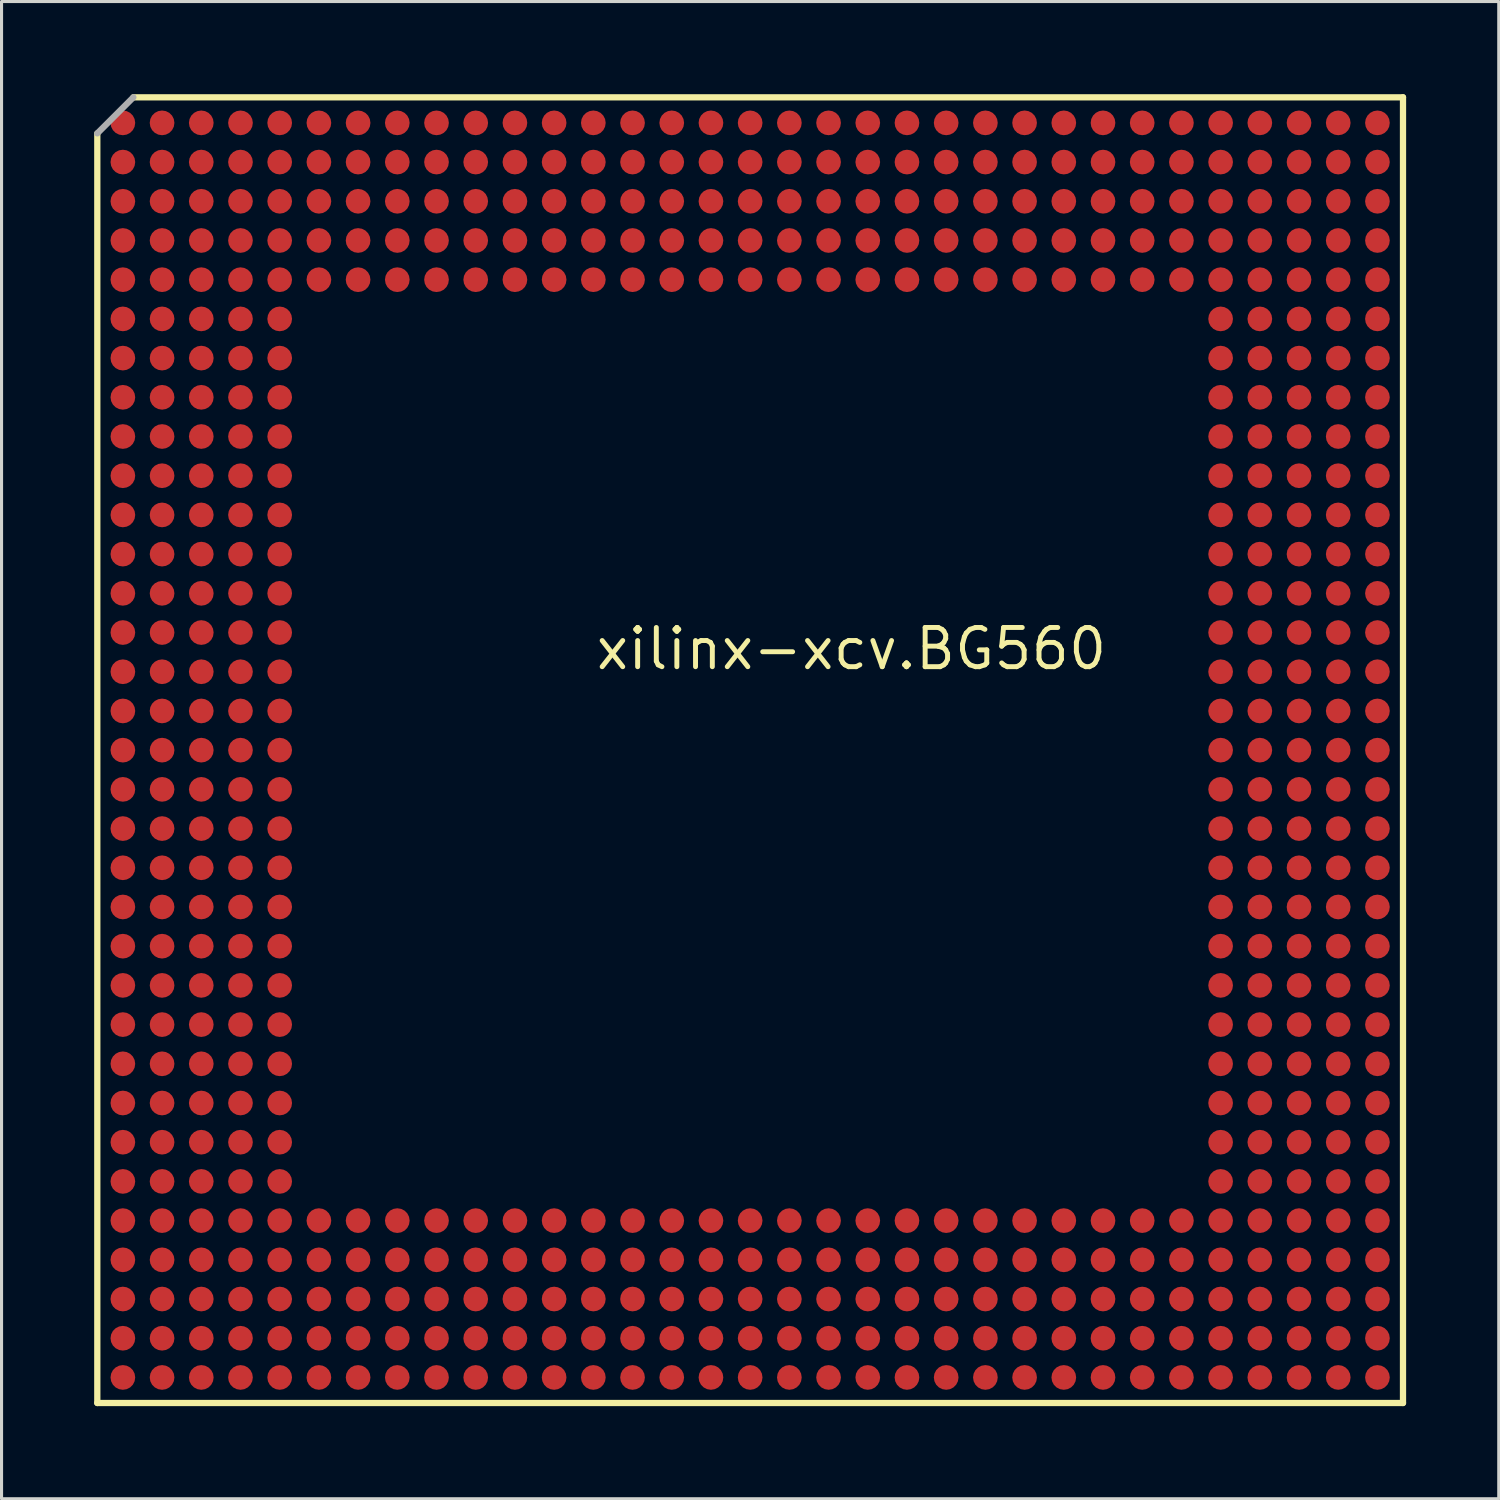
<source format=kicad_pcb>
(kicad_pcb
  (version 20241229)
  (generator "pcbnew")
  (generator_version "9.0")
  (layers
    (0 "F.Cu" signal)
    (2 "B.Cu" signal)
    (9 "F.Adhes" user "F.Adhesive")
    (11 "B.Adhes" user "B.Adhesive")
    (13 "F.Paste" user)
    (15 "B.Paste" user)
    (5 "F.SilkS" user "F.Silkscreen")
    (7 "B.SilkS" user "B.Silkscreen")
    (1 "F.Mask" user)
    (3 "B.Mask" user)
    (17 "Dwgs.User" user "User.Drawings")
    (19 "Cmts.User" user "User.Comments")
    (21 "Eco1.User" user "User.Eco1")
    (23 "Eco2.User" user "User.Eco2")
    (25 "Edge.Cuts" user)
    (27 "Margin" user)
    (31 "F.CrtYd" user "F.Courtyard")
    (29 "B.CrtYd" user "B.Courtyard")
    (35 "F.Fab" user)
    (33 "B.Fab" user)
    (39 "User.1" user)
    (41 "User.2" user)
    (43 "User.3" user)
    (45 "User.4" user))
  (footprint "xilinx-xcv.BG560"
    (layer "F.Cu")
    (at 21.25 21.25)
    (property "Reference" "xilinx-xcv.BG560" (at -5.08 -2.54 0) (layer "F.SilkS") (effects (font (size 1.27 1.27) (thickness 0.16)) (justify left bottom)))
    (attr smd)
    (fp_circle (center -20.32 -20.32) (end -19.92 -20.32) (stroke (width 0.1) (type default)) (fill no) (layer "F.Mask"))
    (fp_circle (center -20.32 -19.05) (end -19.92 -19.05) (stroke (width 0.1) (type default)) (fill no) (layer "F.Mask"))
    (fp_circle (center -20.32 -17.78) (end -19.92 -17.78) (stroke (width 0.1) (type default)) (fill no) (layer "F.Mask"))
    (fp_circle (center -20.32 -16.51) (end -19.92 -16.51) (stroke (width 0.1) (type default)) (fill no) (layer "F.Mask"))
    (fp_circle (center -20.32 -15.24) (end -19.92 -15.24) (stroke (width 0.1) (type default)) (fill no) (layer "F.Mask"))
    (fp_circle (center -20.32 -13.97) (end -19.92 -13.97) (stroke (width 0.1) (type default)) (fill no) (layer "F.Mask"))
    (fp_circle (center -20.32 -12.7) (end -19.92 -12.7) (stroke (width 0.1) (type default)) (fill no) (layer "F.Mask"))
    (fp_circle (center -20.32 -11.43) (end -19.92 -11.43) (stroke (width 0.1) (type default)) (fill no) (layer "F.Mask"))
    (fp_circle (center -20.32 -10.16) (end -19.92 -10.16) (stroke (width 0.1) (type default)) (fill no) (layer "F.Mask"))
    (fp_circle (center -20.32 -8.89) (end -19.92 -8.89) (stroke (width 0.1) (type default)) (fill no) (layer "F.Mask"))
    (fp_circle (center -20.32 -7.62) (end -19.92 -7.62) (stroke (width 0.1) (type default)) (fill no) (layer "F.Mask"))
    (fp_circle (center -20.32 -6.35) (end -19.92 -6.35) (stroke (width 0.1) (type default)) (fill no) (layer "F.Mask"))
    (fp_circle (center -20.32 -5.08) (end -19.92 -5.08) (stroke (width 0.1) (type default)) (fill no) (layer "F.Mask"))
    (fp_circle (center -20.32 -3.81) (end -19.92 -3.81) (stroke (width 0.1) (type default)) (fill no) (layer "F.Mask"))
    (fp_circle (center -20.32 -2.54) (end -19.92 -2.54) (stroke (width 0.1) (type default)) (fill no) (layer "F.Mask"))
    (fp_circle (center -20.32 -1.27) (end -19.92 -1.27) (stroke (width 0.1) (type default)) (fill no) (layer "F.Mask"))
    (fp_circle (center -20.32 0) (end -19.92 0) (stroke (width 0.1) (type default)) (fill no) (layer "F.Mask"))
    (fp_circle (center -20.32 1.27) (end -19.92 1.27) (stroke (width 0.1) (type default)) (fill no) (layer "F.Mask"))
    (fp_circle (center -20.32 2.54) (end -19.92 2.54) (stroke (width 0.1) (type default)) (fill no) (layer "F.Mask"))
    (fp_circle (center -20.32 3.81) (end -19.92 3.81) (stroke (width 0.1) (type default)) (fill no) (layer "F.Mask"))
    (fp_circle (center -20.32 5.08) (end -19.92 5.08) (stroke (width 0.1) (type default)) (fill no) (layer "F.Mask"))
    (fp_circle (center -20.32 6.35) (end -19.92 6.35) (stroke (width 0.1) (type default)) (fill no) (layer "F.Mask"))
    (fp_circle (center -20.32 7.62) (end -19.92 7.62) (stroke (width 0.1) (type default)) (fill no) (layer "F.Mask"))
    (fp_circle (center -20.32 8.89) (end -19.92 8.89) (stroke (width 0.1) (type default)) (fill no) (layer "F.Mask"))
    (fp_circle (center -20.32 10.16) (end -19.92 10.16) (stroke (width 0.1) (type default)) (fill no) (layer "F.Mask"))
    (fp_circle (center -20.32 11.43) (end -19.92 11.43) (stroke (width 0.1) (type default)) (fill no) (layer "F.Mask"))
    (fp_circle (center -20.32 12.7) (end -19.92 12.7) (stroke (width 0.1) (type default)) (fill no) (layer "F.Mask"))
    (fp_circle (center -20.32 13.97) (end -19.92 13.97) (stroke (width 0.1) (type default)) (fill no) (layer "F.Mask"))
    (fp_circle (center -20.32 15.24) (end -19.92 15.24) (stroke (width 0.1) (type default)) (fill no) (layer "F.Mask"))
    (fp_circle (center -20.32 16.51) (end -19.92 16.51) (stroke (width 0.1) (type default)) (fill no) (layer "F.Mask"))
    (fp_circle (center -20.32 17.78) (end -19.92 17.78) (stroke (width 0.1) (type default)) (fill no) (layer "F.Mask"))
    (fp_circle (center -20.32 19.05) (end -19.92 19.05) (stroke (width 0.1) (type default)) (fill no) (layer "F.Mask"))
    (fp_circle (center -20.32 20.32) (end -19.92 20.32) (stroke (width 0.1) (type default)) (fill no) (layer "F.Mask"))
    (fp_circle (center -19.05 -20.32) (end -18.65 -20.32) (stroke (width 0.1) (type default)) (fill no) (layer "F.Mask"))
    (fp_circle (center -19.05 -19.05) (end -18.65 -19.05) (stroke (width 0.1) (type default)) (fill no) (layer "F.Mask"))
    (fp_circle (center -19.05 -17.78) (end -18.65 -17.78) (stroke (width 0.1) (type default)) (fill no) (layer "F.Mask"))
    (fp_circle (center -19.05 -16.51) (end -18.65 -16.51) (stroke (width 0.1) (type default)) (fill no) (layer "F.Mask"))
    (fp_circle (center -19.05 -15.24) (end -18.65 -15.24) (stroke (width 0.1) (type default)) (fill no) (layer "F.Mask"))
    (fp_circle (center -19.05 -13.97) (end -18.65 -13.97) (stroke (width 0.1) (type default)) (fill no) (layer "F.Mask"))
    (fp_circle (center -19.05 -12.7) (end -18.65 -12.7) (stroke (width 0.1) (type default)) (fill no) (layer "F.Mask"))
    (fp_circle (center -19.05 -11.43) (end -18.65 -11.43) (stroke (width 0.1) (type default)) (fill no) (layer "F.Mask"))
    (fp_circle (center -19.05 -10.16) (end -18.65 -10.16) (stroke (width 0.1) (type default)) (fill no) (layer "F.Mask"))
    (fp_circle (center -19.05 -8.89) (end -18.65 -8.89) (stroke (width 0.1) (type default)) (fill no) (layer "F.Mask"))
    (fp_circle (center -19.05 -7.62) (end -18.65 -7.62) (stroke (width 0.1) (type default)) (fill no) (layer "F.Mask"))
    (fp_circle (center -19.05 -6.35) (end -18.65 -6.35) (stroke (width 0.1) (type default)) (fill no) (layer "F.Mask"))
    (fp_circle (center -19.05 -5.08) (end -18.65 -5.08) (stroke (width 0.1) (type default)) (fill no) (layer "F.Mask"))
    (fp_circle (center -19.05 -3.81) (end -18.65 -3.81) (stroke (width 0.1) (type default)) (fill no) (layer "F.Mask"))
    (fp_circle (center -19.05 -2.54) (end -18.65 -2.54) (stroke (width 0.1) (type default)) (fill no) (layer "F.Mask"))
    (fp_circle (center -19.05 -1.27) (end -18.65 -1.27) (stroke (width 0.1) (type default)) (fill no) (layer "F.Mask"))
    (fp_circle (center -19.05 0) (end -18.65 0) (stroke (width 0.1) (type default)) (fill no) (layer "F.Mask"))
    (fp_circle (center -19.05 1.27) (end -18.65 1.27) (stroke (width 0.1) (type default)) (fill no) (layer "F.Mask"))
    (fp_circle (center -19.05 2.54) (end -18.65 2.54) (stroke (width 0.1) (type default)) (fill no) (layer "F.Mask"))
    (fp_circle (center -19.05 3.81) (end -18.65 3.81) (stroke (width 0.1) (type default)) (fill no) (layer "F.Mask"))
    (fp_circle (center -19.05 5.08) (end -18.65 5.08) (stroke (width 0.1) (type default)) (fill no) (layer "F.Mask"))
    (fp_circle (center -19.05 6.35) (end -18.65 6.35) (stroke (width 0.1) (type default)) (fill no) (layer "F.Mask"))
    (fp_circle (center -19.05 7.62) (end -18.65 7.62) (stroke (width 0.1) (type default)) (fill no) (layer "F.Mask"))
    (fp_circle (center -19.05 8.89) (end -18.65 8.89) (stroke (width 0.1) (type default)) (fill no) (layer "F.Mask"))
    (fp_circle (center -19.05 10.16) (end -18.65 10.16) (stroke (width 0.1) (type default)) (fill no) (layer "F.Mask"))
    (fp_circle (center -19.05 11.43) (end -18.65 11.43) (stroke (width 0.1) (type default)) (fill no) (layer "F.Mask"))
    (fp_circle (center -19.05 12.7) (end -18.65 12.7) (stroke (width 0.1) (type default)) (fill no) (layer "F.Mask"))
    (fp_circle (center -19.05 13.97) (end -18.65 13.97) (stroke (width 0.1) (type default)) (fill no) (layer "F.Mask"))
    (fp_circle (center -19.05 15.24) (end -18.65 15.24) (stroke (width 0.1) (type default)) (fill no) (layer "F.Mask"))
    (fp_circle (center -19.05 16.51) (end -18.65 16.51) (stroke (width 0.1) (type default)) (fill no) (layer "F.Mask"))
    (fp_circle (center -19.05 17.78) (end -18.65 17.78) (stroke (width 0.1) (type default)) (fill no) (layer "F.Mask"))
    (fp_circle (center -19.05 19.05) (end -18.65 19.05) (stroke (width 0.1) (type default)) (fill no) (layer "F.Mask"))
    (fp_circle (center -19.05 20.32) (end -18.65 20.32) (stroke (width 0.1) (type default)) (fill no) (layer "F.Mask"))
    (fp_circle (center -17.78 -20.32) (end -17.38 -20.32) (stroke (width 0.1) (type default)) (fill no) (layer "F.Mask"))
    (fp_circle (center -17.78 -19.05) (end -17.38 -19.05) (stroke (width 0.1) (type default)) (fill no) (layer "F.Mask"))
    (fp_circle (center -17.78 -17.78) (end -17.38 -17.78) (stroke (width 0.1) (type default)) (fill no) (layer "F.Mask"))
    (fp_circle (center -17.78 -16.51) (end -17.38 -16.51) (stroke (width 0.1) (type default)) (fill no) (layer "F.Mask"))
    (fp_circle (center -17.78 -15.24) (end -17.38 -15.24) (stroke (width 0.1) (type default)) (fill no) (layer "F.Mask"))
    (fp_circle (center -17.78 -13.97) (end -17.38 -13.97) (stroke (width 0.1) (type default)) (fill no) (layer "F.Mask"))
    (fp_circle (center -17.78 -12.7) (end -17.38 -12.7) (stroke (width 0.1) (type default)) (fill no) (layer "F.Mask"))
    (fp_circle (center -17.78 -11.43) (end -17.38 -11.43) (stroke (width 0.1) (type default)) (fill no) (layer "F.Mask"))
    (fp_circle (center -17.78 -10.16) (end -17.38 -10.16) (stroke (width 0.1) (type default)) (fill no) (layer "F.Mask"))
    (fp_circle (center -17.78 -8.89) (end -17.38 -8.89) (stroke (width 0.1) (type default)) (fill no) (layer "F.Mask"))
    (fp_circle (center -17.78 -7.62) (end -17.38 -7.62) (stroke (width 0.1) (type default)) (fill no) (layer "F.Mask"))
    (fp_circle (center -17.78 -6.35) (end -17.38 -6.35) (stroke (width 0.1) (type default)) (fill no) (layer "F.Mask"))
    (fp_circle (center -17.78 -5.08) (end -17.38 -5.08) (stroke (width 0.1) (type default)) (fill no) (layer "F.Mask"))
    (fp_circle (center -17.78 -3.81) (end -17.38 -3.81) (stroke (width 0.1) (type default)) (fill no) (layer "F.Mask"))
    (fp_circle (center -17.78 -2.54) (end -17.38 -2.54) (stroke (width 0.1) (type default)) (fill no) (layer "F.Mask"))
    (fp_circle (center -17.78 -1.27) (end -17.38 -1.27) (stroke (width 0.1) (type default)) (fill no) (layer "F.Mask"))
    (fp_circle (center -17.78 0) (end -17.38 0) (stroke (width 0.1) (type default)) (fill no) (layer "F.Mask"))
    (fp_circle (center -17.78 1.27) (end -17.38 1.27) (stroke (width 0.1) (type default)) (fill no) (layer "F.Mask"))
    (fp_circle (center -17.78 2.54) (end -17.38 2.54) (stroke (width 0.1) (type default)) (fill no) (layer "F.Mask"))
    (fp_circle (center -17.78 3.81) (end -17.38 3.81) (stroke (width 0.1) (type default)) (fill no) (layer "F.Mask"))
    (fp_circle (center -17.78 5.08) (end -17.38 5.08) (stroke (width 0.1) (type default)) (fill no) (layer "F.Mask"))
    (fp_circle (center -17.78 6.35) (end -17.38 6.35) (stroke (width 0.1) (type default)) (fill no) (layer "F.Mask"))
    (fp_circle (center -17.78 7.62) (end -17.38 7.62) (stroke (width 0.1) (type default)) (fill no) (layer "F.Mask"))
    (fp_circle (center -17.78 8.89) (end -17.38 8.89) (stroke (width 0.1) (type default)) (fill no) (layer "F.Mask"))
    (fp_circle (center -17.78 10.16) (end -17.38 10.16) (stroke (width 0.1) (type default)) (fill no) (layer "F.Mask"))
    (fp_circle (center -17.78 11.43) (end -17.38 11.43) (stroke (width 0.1) (type default)) (fill no) (layer "F.Mask"))
    (fp_circle (center -17.78 12.7) (end -17.38 12.7) (stroke (width 0.1) (type default)) (fill no) (layer "F.Mask"))
    (fp_circle (center -17.78 13.97) (end -17.38 13.97) (stroke (width 0.1) (type default)) (fill no) (layer "F.Mask"))
    (fp_circle (center -17.78 15.24) (end -17.38 15.24) (stroke (width 0.1) (type default)) (fill no) (layer "F.Mask"))
    (fp_circle (center -17.78 16.51) (end -17.38 16.51) (stroke (width 0.1) (type default)) (fill no) (layer "F.Mask"))
    (fp_circle (center -17.78 17.78) (end -17.38 17.78) (stroke (width 0.1) (type default)) (fill no) (layer "F.Mask"))
    (fp_circle (center -17.78 19.05) (end -17.38 19.05) (stroke (width 0.1) (type default)) (fill no) (layer "F.Mask"))
    (fp_circle (center -17.78 20.32) (end -17.38 20.32) (stroke (width 0.1) (type default)) (fill no) (layer "F.Mask"))
    (fp_circle (center -16.51 -20.32) (end -16.11 -20.32) (stroke (width 0.1) (type default)) (fill no) (layer "F.Mask"))
    (fp_circle (center -16.51 -19.05) (end -16.11 -19.05) (stroke (width 0.1) (type default)) (fill no) (layer "F.Mask"))
    (fp_circle (center -16.51 -17.78) (end -16.11 -17.78) (stroke (width 0.1) (type default)) (fill no) (layer "F.Mask"))
    (fp_circle (center -16.51 -16.51) (end -16.11 -16.51) (stroke (width 0.1) (type default)) (fill no) (layer "F.Mask"))
    (fp_circle (center -16.51 -15.24) (end -16.11 -15.24) (stroke (width 0.1) (type default)) (fill no) (layer "F.Mask"))
    (fp_circle (center -16.51 -13.97) (end -16.11 -13.97) (stroke (width 0.1) (type default)) (fill no) (layer "F.Mask"))
    (fp_circle (center -16.51 -12.7) (end -16.11 -12.7) (stroke (width 0.1) (type default)) (fill no) (layer "F.Mask"))
    (fp_circle (center -16.51 -11.43) (end -16.11 -11.43) (stroke (width 0.1) (type default)) (fill no) (layer "F.Mask"))
    (fp_circle (center -16.51 -10.16) (end -16.11 -10.16) (stroke (width 0.1) (type default)) (fill no) (layer "F.Mask"))
    (fp_circle (center -16.51 -8.89) (end -16.11 -8.89) (stroke (width 0.1) (type default)) (fill no) (layer "F.Mask"))
    (fp_circle (center -16.51 -7.62) (end -16.11 -7.62) (stroke (width 0.1) (type default)) (fill no) (layer "F.Mask"))
    (fp_circle (center -16.51 -6.35) (end -16.11 -6.35) (stroke (width 0.1) (type default)) (fill no) (layer "F.Mask"))
    (fp_circle (center -16.51 -5.08) (end -16.11 -5.08) (stroke (width 0.1) (type default)) (fill no) (layer "F.Mask"))
    (fp_circle (center -16.51 -3.81) (end -16.11 -3.81) (stroke (width 0.1) (type default)) (fill no) (layer "F.Mask"))
    (fp_circle (center -16.51 -2.54) (end -16.11 -2.54) (stroke (width 0.1) (type default)) (fill no) (layer "F.Mask"))
    (fp_circle (center -16.51 -1.27) (end -16.11 -1.27) (stroke (width 0.1) (type default)) (fill no) (layer "F.Mask"))
    (fp_circle (center -16.51 0) (end -16.11 0) (stroke (width 0.1) (type default)) (fill no) (layer "F.Mask"))
    (fp_circle (center -16.51 1.27) (end -16.11 1.27) (stroke (width 0.1) (type default)) (fill no) (layer "F.Mask"))
    (fp_circle (center -16.51 2.54) (end -16.11 2.54) (stroke (width 0.1) (type default)) (fill no) (layer "F.Mask"))
    (fp_circle (center -16.51 3.81) (end -16.11 3.81) (stroke (width 0.1) (type default)) (fill no) (layer "F.Mask"))
    (fp_circle (center -16.51 5.08) (end -16.11 5.08) (stroke (width 0.1) (type default)) (fill no) (layer "F.Mask"))
    (fp_circle (center -16.51 6.35) (end -16.11 6.35) (stroke (width 0.1) (type default)) (fill no) (layer "F.Mask"))
    (fp_circle (center -16.51 7.62) (end -16.11 7.62) (stroke (width 0.1) (type default)) (fill no) (layer "F.Mask"))
    (fp_circle (center -16.51 8.89) (end -16.11 8.89) (stroke (width 0.1) (type default)) (fill no) (layer "F.Mask"))
    (fp_circle (center -16.51 10.16) (end -16.11 10.16) (stroke (width 0.1) (type default)) (fill no) (layer "F.Mask"))
    (fp_circle (center -16.51 11.43) (end -16.11 11.43) (stroke (width 0.1) (type default)) (fill no) (layer "F.Mask"))
    (fp_circle (center -16.51 12.7) (end -16.11 12.7) (stroke (width 0.1) (type default)) (fill no) (layer "F.Mask"))
    (fp_circle (center -16.51 13.97) (end -16.11 13.97) (stroke (width 0.1) (type default)) (fill no) (layer "F.Mask"))
    (fp_circle (center -16.51 15.24) (end -16.11 15.24) (stroke (width 0.1) (type default)) (fill no) (layer "F.Mask"))
    (fp_circle (center -16.51 16.51) (end -16.11 16.51) (stroke (width 0.1) (type default)) (fill no) (layer "F.Mask"))
    (fp_circle (center -16.51 17.78) (end -16.11 17.78) (stroke (width 0.1) (type default)) (fill no) (layer "F.Mask"))
    (fp_circle (center -16.51 19.05) (end -16.11 19.05) (stroke (width 0.1) (type default)) (fill no) (layer "F.Mask"))
    (fp_circle (center -16.51 20.32) (end -16.11 20.32) (stroke (width 0.1) (type default)) (fill no) (layer "F.Mask"))
    (fp_circle (center -15.24 -20.32) (end -14.84 -20.32) (stroke (width 0.1) (type default)) (fill no) (layer "F.Mask"))
    (fp_circle (center -15.24 -19.05) (end -14.84 -19.05) (stroke (width 0.1) (type default)) (fill no) (layer "F.Mask"))
    (fp_circle (center -15.24 -17.78) (end -14.84 -17.78) (stroke (width 0.1) (type default)) (fill no) (layer "F.Mask"))
    (fp_circle (center -15.24 -16.51) (end -14.84 -16.51) (stroke (width 0.1) (type default)) (fill no) (layer "F.Mask"))
    (fp_circle (center -15.24 -15.24) (end -14.84 -15.24) (stroke (width 0.1) (type default)) (fill no) (layer "F.Mask"))
    (fp_circle (center -15.24 -13.97) (end -14.84 -13.97) (stroke (width 0.1) (type default)) (fill no) (layer "F.Mask"))
    (fp_circle (center -15.24 -12.7) (end -14.84 -12.7) (stroke (width 0.1) (type default)) (fill no) (layer "F.Mask"))
    (fp_circle (center -15.24 -11.43) (end -14.84 -11.43) (stroke (width 0.1) (type default)) (fill no) (layer "F.Mask"))
    (fp_circle (center -15.24 -10.16) (end -14.84 -10.16) (stroke (width 0.1) (type default)) (fill no) (layer "F.Mask"))
    (fp_circle (center -15.24 -8.89) (end -14.84 -8.89) (stroke (width 0.1) (type default)) (fill no) (layer "F.Mask"))
    (fp_circle (center -15.24 -7.62) (end -14.84 -7.62) (stroke (width 0.1) (type default)) (fill no) (layer "F.Mask"))
    (fp_circle (center -15.24 -6.35) (end -14.84 -6.35) (stroke (width 0.1) (type default)) (fill no) (layer "F.Mask"))
    (fp_circle (center -15.24 -5.08) (end -14.84 -5.08) (stroke (width 0.1) (type default)) (fill no) (layer "F.Mask"))
    (fp_circle (center -15.24 -3.81) (end -14.84 -3.81) (stroke (width 0.1) (type default)) (fill no) (layer "F.Mask"))
    (fp_circle (center -15.24 -2.54) (end -14.84 -2.54) (stroke (width 0.1) (type default)) (fill no) (layer "F.Mask"))
    (fp_circle (center -15.24 -1.27) (end -14.84 -1.27) (stroke (width 0.1) (type default)) (fill no) (layer "F.Mask"))
    (fp_circle (center -15.24 0) (end -14.84 0) (stroke (width 0.1) (type default)) (fill no) (layer "F.Mask"))
    (fp_circle (center -15.24 1.27) (end -14.84 1.27) (stroke (width 0.1) (type default)) (fill no) (layer "F.Mask"))
    (fp_circle (center -15.24 2.54) (end -14.84 2.54) (stroke (width 0.1) (type default)) (fill no) (layer "F.Mask"))
    (fp_circle (center -15.24 3.81) (end -14.84 3.81) (stroke (width 0.1) (type default)) (fill no) (layer "F.Mask"))
    (fp_circle (center -15.24 5.08) (end -14.84 5.08) (stroke (width 0.1) (type default)) (fill no) (layer "F.Mask"))
    (fp_circle (center -15.24 6.35) (end -14.84 6.35) (stroke (width 0.1) (type default)) (fill no) (layer "F.Mask"))
    (fp_circle (center -15.24 7.62) (end -14.84 7.62) (stroke (width 0.1) (type default)) (fill no) (layer "F.Mask"))
    (fp_circle (center -15.24 8.89) (end -14.84 8.89) (stroke (width 0.1) (type default)) (fill no) (layer "F.Mask"))
    (fp_circle (center -15.24 10.16) (end -14.84 10.16) (stroke (width 0.1) (type default)) (fill no) (layer "F.Mask"))
    (fp_circle (center -15.24 11.43) (end -14.84 11.43) (stroke (width 0.1) (type default)) (fill no) (layer "F.Mask"))
    (fp_circle (center -15.24 12.7) (end -14.84 12.7) (stroke (width 0.1) (type default)) (fill no) (layer "F.Mask"))
    (fp_circle (center -15.24 13.97) (end -14.84 13.97) (stroke (width 0.1) (type default)) (fill no) (layer "F.Mask"))
    (fp_circle (center -15.24 15.24) (end -14.84 15.24) (stroke (width 0.1) (type default)) (fill no) (layer "F.Mask"))
    (fp_circle (center -15.24 16.51) (end -14.84 16.51) (stroke (width 0.1) (type default)) (fill no) (layer "F.Mask"))
    (fp_circle (center -15.24 17.78) (end -14.84 17.78) (stroke (width 0.1) (type default)) (fill no) (layer "F.Mask"))
    (fp_circle (center -15.24 19.05) (end -14.84 19.05) (stroke (width 0.1) (type default)) (fill no) (layer "F.Mask"))
    (fp_circle (center -15.24 20.32) (end -14.84 20.32) (stroke (width 0.1) (type default)) (fill no) (layer "F.Mask"))
    (fp_circle (center -13.97 -20.32) (end -13.57 -20.32) (stroke (width 0.1) (type default)) (fill no) (layer "F.Mask"))
    (fp_circle (center -13.97 -19.05) (end -13.57 -19.05) (stroke (width 0.1) (type default)) (fill no) (layer "F.Mask"))
    (fp_circle (center -13.97 -17.78) (end -13.57 -17.78) (stroke (width 0.1) (type default)) (fill no) (layer "F.Mask"))
    (fp_circle (center -13.97 -16.51) (end -13.57 -16.51) (stroke (width 0.1) (type default)) (fill no) (layer "F.Mask"))
    (fp_circle (center -13.97 -15.24) (end -13.57 -15.24) (stroke (width 0.1) (type default)) (fill no) (layer "F.Mask"))
    (fp_circle (center -13.97 15.24) (end -13.57 15.24) (stroke (width 0.1) (type default)) (fill no) (layer "F.Mask"))
    (fp_circle (center -13.97 16.51) (end -13.57 16.51) (stroke (width 0.1) (type default)) (fill no) (layer "F.Mask"))
    (fp_circle (center -13.97 17.78) (end -13.57 17.78) (stroke (width 0.1) (type default)) (fill no) (layer "F.Mask"))
    (fp_circle (center -13.97 19.05) (end -13.57 19.05) (stroke (width 0.1) (type default)) (fill no) (layer "F.Mask"))
    (fp_circle (center -13.97 20.32) (end -13.57 20.32) (stroke (width 0.1) (type default)) (fill no) (layer "F.Mask"))
    (fp_circle (center -12.7 -20.32) (end -12.3 -20.32) (stroke (width 0.1) (type default)) (fill no) (layer "F.Mask"))
    (fp_circle (center -12.7 -19.05) (end -12.3 -19.05) (stroke (width 0.1) (type default)) (fill no) (layer "F.Mask"))
    (fp_circle (center -12.7 -17.78) (end -12.3 -17.78) (stroke (width 0.1) (type default)) (fill no) (layer "F.Mask"))
    (fp_circle (center -12.7 -16.51) (end -12.3 -16.51) (stroke (width 0.1) (type default)) (fill no) (layer "F.Mask"))
    (fp_circle (center -12.7 -15.24) (end -12.3 -15.24) (stroke (width 0.1) (type default)) (fill no) (layer "F.Mask"))
    (fp_circle (center -12.7 15.24) (end -12.3 15.24) (stroke (width 0.1) (type default)) (fill no) (layer "F.Mask"))
    (fp_circle (center -12.7 16.51) (end -12.3 16.51) (stroke (width 0.1) (type default)) (fill no) (layer "F.Mask"))
    (fp_circle (center -12.7 17.78) (end -12.3 17.78) (stroke (width 0.1) (type default)) (fill no) (layer "F.Mask"))
    (fp_circle (center -12.7 19.05) (end -12.3 19.05) (stroke (width 0.1) (type default)) (fill no) (layer "F.Mask"))
    (fp_circle (center -12.7 20.32) (end -12.3 20.32) (stroke (width 0.1) (type default)) (fill no) (layer "F.Mask"))
    (fp_circle (center -11.43 -20.32) (end -11.03 -20.32) (stroke (width 0.1) (type default)) (fill no) (layer "F.Mask"))
    (fp_circle (center -11.43 -19.05) (end -11.03 -19.05) (stroke (width 0.1) (type default)) (fill no) (layer "F.Mask"))
    (fp_circle (center -11.43 -17.78) (end -11.03 -17.78) (stroke (width 0.1) (type default)) (fill no) (layer "F.Mask"))
    (fp_circle (center -11.43 -16.51) (end -11.03 -16.51) (stroke (width 0.1) (type default)) (fill no) (layer "F.Mask"))
    (fp_circle (center -11.43 -15.24) (end -11.03 -15.24) (stroke (width 0.1) (type default)) (fill no) (layer "F.Mask"))
    (fp_circle (center -11.43 15.24) (end -11.03 15.24) (stroke (width 0.1) (type default)) (fill no) (layer "F.Mask"))
    (fp_circle (center -11.43 16.51) (end -11.03 16.51) (stroke (width 0.1) (type default)) (fill no) (layer "F.Mask"))
    (fp_circle (center -11.43 17.78) (end -11.03 17.78) (stroke (width 0.1) (type default)) (fill no) (layer "F.Mask"))
    (fp_circle (center -11.43 19.05) (end -11.03 19.05) (stroke (width 0.1) (type default)) (fill no) (layer "F.Mask"))
    (fp_circle (center -11.43 20.32) (end -11.03 20.32) (stroke (width 0.1) (type default)) (fill no) (layer "F.Mask"))
    (fp_circle (center -10.16 -20.32) (end -9.76 -20.32) (stroke (width 0.1) (type default)) (fill no) (layer "F.Mask"))
    (fp_circle (center -10.16 -19.05) (end -9.76 -19.05) (stroke (width 0.1) (type default)) (fill no) (layer "F.Mask"))
    (fp_circle (center -10.16 -17.78) (end -9.76 -17.78) (stroke (width 0.1) (type default)) (fill no) (layer "F.Mask"))
    (fp_circle (center -10.16 -16.51) (end -9.76 -16.51) (stroke (width 0.1) (type default)) (fill no) (layer "F.Mask"))
    (fp_circle (center -10.16 -15.24) (end -9.76 -15.24) (stroke (width 0.1) (type default)) (fill no) (layer "F.Mask"))
    (fp_circle (center -10.16 15.24) (end -9.76 15.24) (stroke (width 0.1) (type default)) (fill no) (layer "F.Mask"))
    (fp_circle (center -10.16 16.51) (end -9.76 16.51) (stroke (width 0.1) (type default)) (fill no) (layer "F.Mask"))
    (fp_circle (center -10.16 17.78) (end -9.76 17.78) (stroke (width 0.1) (type default)) (fill no) (layer "F.Mask"))
    (fp_circle (center -10.16 19.05) (end -9.76 19.05) (stroke (width 0.1) (type default)) (fill no) (layer "F.Mask"))
    (fp_circle (center -10.16 20.32) (end -9.76 20.32) (stroke (width 0.1) (type default)) (fill no) (layer "F.Mask"))
    (fp_circle (center -8.89 -20.32) (end -8.49 -20.32) (stroke (width 0.1) (type default)) (fill no) (layer "F.Mask"))
    (fp_circle (center -8.89 -19.05) (end -8.49 -19.05) (stroke (width 0.1) (type default)) (fill no) (layer "F.Mask"))
    (fp_circle (center -8.89 -17.78) (end -8.49 -17.78) (stroke (width 0.1) (type default)) (fill no) (layer "F.Mask"))
    (fp_circle (center -8.89 -16.51) (end -8.49 -16.51) (stroke (width 0.1) (type default)) (fill no) (layer "F.Mask"))
    (fp_circle (center -8.89 -15.24) (end -8.49 -15.24) (stroke (width 0.1) (type default)) (fill no) (layer "F.Mask"))
    (fp_circle (center -8.89 15.24) (end -8.49 15.24) (stroke (width 0.1) (type default)) (fill no) (layer "F.Mask"))
    (fp_circle (center -8.89 16.51) (end -8.49 16.51) (stroke (width 0.1) (type default)) (fill no) (layer "F.Mask"))
    (fp_circle (center -8.89 17.78) (end -8.49 17.78) (stroke (width 0.1) (type default)) (fill no) (layer "F.Mask"))
    (fp_circle (center -8.89 19.05) (end -8.49 19.05) (stroke (width 0.1) (type default)) (fill no) (layer "F.Mask"))
    (fp_circle (center -8.89 20.32) (end -8.49 20.32) (stroke (width 0.1) (type default)) (fill no) (layer "F.Mask"))
    (fp_circle (center -7.62 -20.32) (end -7.22 -20.32) (stroke (width 0.1) (type default)) (fill no) (layer "F.Mask"))
    (fp_circle (center -7.62 -19.05) (end -7.22 -19.05) (stroke (width 0.1) (type default)) (fill no) (layer "F.Mask"))
    (fp_circle (center -7.62 -17.78) (end -7.22 -17.78) (stroke (width 0.1) (type default)) (fill no) (layer "F.Mask"))
    (fp_circle (center -7.62 -16.51) (end -7.22 -16.51) (stroke (width 0.1) (type default)) (fill no) (layer "F.Mask"))
    (fp_circle (center -7.62 -15.24) (end -7.22 -15.24) (stroke (width 0.1) (type default)) (fill no) (layer "F.Mask"))
    (fp_circle (center -7.62 15.24) (end -7.22 15.24) (stroke (width 0.1) (type default)) (fill no) (layer "F.Mask"))
    (fp_circle (center -7.62 16.51) (end -7.22 16.51) (stroke (width 0.1) (type default)) (fill no) (layer "F.Mask"))
    (fp_circle (center -7.62 17.78) (end -7.22 17.78) (stroke (width 0.1) (type default)) (fill no) (layer "F.Mask"))
    (fp_circle (center -7.62 19.05) (end -7.22 19.05) (stroke (width 0.1) (type default)) (fill no) (layer "F.Mask"))
    (fp_circle (center -7.62 20.32) (end -7.22 20.32) (stroke (width 0.1) (type default)) (fill no) (layer "F.Mask"))
    (fp_circle (center -6.35 -20.32) (end -5.95 -20.32) (stroke (width 0.1) (type default)) (fill no) (layer "F.Mask"))
    (fp_circle (center -6.35 -19.05) (end -5.95 -19.05) (stroke (width 0.1) (type default)) (fill no) (layer "F.Mask"))
    (fp_circle (center -6.35 -17.78) (end -5.95 -17.78) (stroke (width 0.1) (type default)) (fill no) (layer "F.Mask"))
    (fp_circle (center -6.35 -16.51) (end -5.95 -16.51) (stroke (width 0.1) (type default)) (fill no) (layer "F.Mask"))
    (fp_circle (center -6.35 -15.24) (end -5.95 -15.24) (stroke (width 0.1) (type default)) (fill no) (layer "F.Mask"))
    (fp_circle (center -6.35 15.24) (end -5.95 15.24) (stroke (width 0.1) (type default)) (fill no) (layer "F.Mask"))
    (fp_circle (center -6.35 16.51) (end -5.95 16.51) (stroke (width 0.1) (type default)) (fill no) (layer "F.Mask"))
    (fp_circle (center -6.35 17.78) (end -5.95 17.78) (stroke (width 0.1) (type default)) (fill no) (layer "F.Mask"))
    (fp_circle (center -6.35 19.05) (end -5.95 19.05) (stroke (width 0.1) (type default)) (fill no) (layer "F.Mask"))
    (fp_circle (center -6.35 20.32) (end -5.95 20.32) (stroke (width 0.1) (type default)) (fill no) (layer "F.Mask"))
    (fp_circle (center -5.08 -20.32) (end -4.68 -20.32) (stroke (width 0.1) (type default)) (fill no) (layer "F.Mask"))
    (fp_circle (center -5.08 -19.05) (end -4.68 -19.05) (stroke (width 0.1) (type default)) (fill no) (layer "F.Mask"))
    (fp_circle (center -5.08 -17.78) (end -4.68 -17.78) (stroke (width 0.1) (type default)) (fill no) (layer "F.Mask"))
    (fp_circle (center -5.08 -16.51) (end -4.68 -16.51) (stroke (width 0.1) (type default)) (fill no) (layer "F.Mask"))
    (fp_circle (center -5.08 -15.24) (end -4.68 -15.24) (stroke (width 0.1) (type default)) (fill no) (layer "F.Mask"))
    (fp_circle (center -5.08 15.24) (end -4.68 15.24) (stroke (width 0.1) (type default)) (fill no) (layer "F.Mask"))
    (fp_circle (center -5.08 16.51) (end -4.68 16.51) (stroke (width 0.1) (type default)) (fill no) (layer "F.Mask"))
    (fp_circle (center -5.08 17.78) (end -4.68 17.78) (stroke (width 0.1) (type default)) (fill no) (layer "F.Mask"))
    (fp_circle (center -5.08 19.05) (end -4.68 19.05) (stroke (width 0.1) (type default)) (fill no) (layer "F.Mask"))
    (fp_circle (center -5.08 20.32) (end -4.68 20.32) (stroke (width 0.1) (type default)) (fill no) (layer "F.Mask"))
    (fp_circle (center -3.81 -20.32) (end -3.41 -20.32) (stroke (width 0.1) (type default)) (fill no) (layer "F.Mask"))
    (fp_circle (center -3.81 -19.05) (end -3.41 -19.05) (stroke (width 0.1) (type default)) (fill no) (layer "F.Mask"))
    (fp_circle (center -3.81 -17.78) (end -3.41 -17.78) (stroke (width 0.1) (type default)) (fill no) (layer "F.Mask"))
    (fp_circle (center -3.81 -16.51) (end -3.41 -16.51) (stroke (width 0.1) (type default)) (fill no) (layer "F.Mask"))
    (fp_circle (center -3.81 -15.24) (end -3.41 -15.24) (stroke (width 0.1) (type default)) (fill no) (layer "F.Mask"))
    (fp_circle (center -3.81 15.24) (end -3.41 15.24) (stroke (width 0.1) (type default)) (fill no) (layer "F.Mask"))
    (fp_circle (center -3.81 16.51) (end -3.41 16.51) (stroke (width 0.1) (type default)) (fill no) (layer "F.Mask"))
    (fp_circle (center -3.81 17.78) (end -3.41 17.78) (stroke (width 0.1) (type default)) (fill no) (layer "F.Mask"))
    (fp_circle (center -3.81 19.05) (end -3.41 19.05) (stroke (width 0.1) (type default)) (fill no) (layer "F.Mask"))
    (fp_circle (center -3.81 20.32) (end -3.41 20.32) (stroke (width 0.1) (type default)) (fill no) (layer "F.Mask"))
    (fp_circle (center -2.54 -20.32) (end -2.14 -20.32) (stroke (width 0.1) (type default)) (fill no) (layer "F.Mask"))
    (fp_circle (center -2.54 -19.05) (end -2.14 -19.05) (stroke (width 0.1) (type default)) (fill no) (layer "F.Mask"))
    (fp_circle (center -2.54 -17.78) (end -2.14 -17.78) (stroke (width 0.1) (type default)) (fill no) (layer "F.Mask"))
    (fp_circle (center -2.54 -16.51) (end -2.14 -16.51) (stroke (width 0.1) (type default)) (fill no) (layer "F.Mask"))
    (fp_circle (center -2.54 -15.24) (end -2.14 -15.24) (stroke (width 0.1) (type default)) (fill no) (layer "F.Mask"))
    (fp_circle (center -2.54 15.24) (end -2.14 15.24) (stroke (width 0.1) (type default)) (fill no) (layer "F.Mask"))
    (fp_circle (center -2.54 16.51) (end -2.14 16.51) (stroke (width 0.1) (type default)) (fill no) (layer "F.Mask"))
    (fp_circle (center -2.54 17.78) (end -2.14 17.78) (stroke (width 0.1) (type default)) (fill no) (layer "F.Mask"))
    (fp_circle (center -2.54 19.05) (end -2.14 19.05) (stroke (width 0.1) (type default)) (fill no) (layer "F.Mask"))
    (fp_circle (center -2.54 20.32) (end -2.14 20.32) (stroke (width 0.1) (type default)) (fill no) (layer "F.Mask"))
    (fp_circle (center -1.27 -20.32) (end -0.87 -20.32) (stroke (width 0.1) (type default)) (fill no) (layer "F.Mask"))
    (fp_circle (center -1.27 -19.05) (end -0.87 -19.05) (stroke (width 0.1) (type default)) (fill no) (layer "F.Mask"))
    (fp_circle (center -1.27 -17.78) (end -0.87 -17.78) (stroke (width 0.1) (type default)) (fill no) (layer "F.Mask"))
    (fp_circle (center -1.27 -16.51) (end -0.87 -16.51) (stroke (width 0.1) (type default)) (fill no) (layer "F.Mask"))
    (fp_circle (center -1.27 -15.24) (end -0.87 -15.24) (stroke (width 0.1) (type default)) (fill no) (layer "F.Mask"))
    (fp_circle (center -1.27 15.24) (end -0.87 15.24) (stroke (width 0.1) (type default)) (fill no) (layer "F.Mask"))
    (fp_circle (center -1.27 16.51) (end -0.87 16.51) (stroke (width 0.1) (type default)) (fill no) (layer "F.Mask"))
    (fp_circle (center -1.27 17.78) (end -0.87 17.78) (stroke (width 0.1) (type default)) (fill no) (layer "F.Mask"))
    (fp_circle (center -1.27 19.05) (end -0.87 19.05) (stroke (width 0.1) (type default)) (fill no) (layer "F.Mask"))
    (fp_circle (center -1.27 20.32) (end -0.87 20.32) (stroke (width 0.1) (type default)) (fill no) (layer "F.Mask"))
    (fp_circle (center 0 -20.32) (end 0.4 -20.32) (stroke (width 0.1) (type default)) (fill no) (layer "F.Mask"))
    (fp_circle (center 0 -19.05) (end 0.4 -19.05) (stroke (width 0.1) (type default)) (fill no) (layer "F.Mask"))
    (fp_circle (center 0 -17.78) (end 0.4 -17.78) (stroke (width 0.1) (type default)) (fill no) (layer "F.Mask"))
    (fp_circle (center 0 -16.51) (end 0.4 -16.51) (stroke (width 0.1) (type default)) (fill no) (layer "F.Mask"))
    (fp_circle (center 0 -15.24) (end 0.4 -15.24) (stroke (width 0.1) (type default)) (fill no) (layer "F.Mask"))
    (fp_circle (center 0 15.24) (end 0.4 15.24) (stroke (width 0.1) (type default)) (fill no) (layer "F.Mask"))
    (fp_circle (center 0 16.51) (end 0.4 16.51) (stroke (width 0.1) (type default)) (fill no) (layer "F.Mask"))
    (fp_circle (center 0 17.78) (end 0.4 17.78) (stroke (width 0.1) (type default)) (fill no) (layer "F.Mask"))
    (fp_circle (center 0 19.05) (end 0.4 19.05) (stroke (width 0.1) (type default)) (fill no) (layer "F.Mask"))
    (fp_circle (center 0 20.32) (end 0.4 20.32) (stroke (width 0.1) (type default)) (fill no) (layer "F.Mask"))
    (fp_circle (center 1.27 -20.32) (end 1.67 -20.32) (stroke (width 0.1) (type default)) (fill no) (layer "F.Mask"))
    (fp_circle (center 1.27 -19.05) (end 1.67 -19.05) (stroke (width 0.1) (type default)) (fill no) (layer "F.Mask"))
    (fp_circle (center 1.27 -17.78) (end 1.67 -17.78) (stroke (width 0.1) (type default)) (fill no) (layer "F.Mask"))
    (fp_circle (center 1.27 -16.51) (end 1.67 -16.51) (stroke (width 0.1) (type default)) (fill no) (layer "F.Mask"))
    (fp_circle (center 1.27 -15.24) (end 1.67 -15.24) (stroke (width 0.1) (type default)) (fill no) (layer "F.Mask"))
    (fp_circle (center 1.27 15.24) (end 1.67 15.24) (stroke (width 0.1) (type default)) (fill no) (layer "F.Mask"))
    (fp_circle (center 1.27 16.51) (end 1.67 16.51) (stroke (width 0.1) (type default)) (fill no) (layer "F.Mask"))
    (fp_circle (center 1.27 17.78) (end 1.67 17.78) (stroke (width 0.1) (type default)) (fill no) (layer "F.Mask"))
    (fp_circle (center 1.27 19.05) (end 1.67 19.05) (stroke (width 0.1) (type default)) (fill no) (layer "F.Mask"))
    (fp_circle (center 1.27 20.32) (end 1.67 20.32) (stroke (width 0.1) (type default)) (fill no) (layer "F.Mask"))
    (fp_circle (center 2.54 -20.32) (end 2.94 -20.32) (stroke (width 0.1) (type default)) (fill no) (layer "F.Mask"))
    (fp_circle (center 2.54 -19.05) (end 2.94 -19.05) (stroke (width 0.1) (type default)) (fill no) (layer "F.Mask"))
    (fp_circle (center 2.54 -17.78) (end 2.94 -17.78) (stroke (width 0.1) (type default)) (fill no) (layer "F.Mask"))
    (fp_circle (center 2.54 -16.51) (end 2.94 -16.51) (stroke (width 0.1) (type default)) (fill no) (layer "F.Mask"))
    (fp_circle (center 2.54 -15.24) (end 2.94 -15.24) (stroke (width 0.1) (type default)) (fill no) (layer "F.Mask"))
    (fp_circle (center 2.54 15.24) (end 2.94 15.24) (stroke (width 0.1) (type default)) (fill no) (layer "F.Mask"))
    (fp_circle (center 2.54 16.51) (end 2.94 16.51) (stroke (width 0.1) (type default)) (fill no) (layer "F.Mask"))
    (fp_circle (center 2.54 17.78) (end 2.94 17.78) (stroke (width 0.1) (type default)) (fill no) (layer "F.Mask"))
    (fp_circle (center 2.54 19.05) (end 2.94 19.05) (stroke (width 0.1) (type default)) (fill no) (layer "F.Mask"))
    (fp_circle (center 2.54 20.32) (end 2.94 20.32) (stroke (width 0.1) (type default)) (fill no) (layer "F.Mask"))
    (fp_circle (center 3.81 -20.32) (end 4.21 -20.32) (stroke (width 0.1) (type default)) (fill no) (layer "F.Mask"))
    (fp_circle (center 3.81 -19.05) (end 4.21 -19.05) (stroke (width 0.1) (type default)) (fill no) (layer "F.Mask"))
    (fp_circle (center 3.81 -17.78) (end 4.21 -17.78) (stroke (width 0.1) (type default)) (fill no) (layer "F.Mask"))
    (fp_circle (center 3.81 -16.51) (end 4.21 -16.51) (stroke (width 0.1) (type default)) (fill no) (layer "F.Mask"))
    (fp_circle (center 3.81 -15.24) (end 4.21 -15.24) (stroke (width 0.1) (type default)) (fill no) (layer "F.Mask"))
    (fp_circle (center 3.81 15.24) (end 4.21 15.24) (stroke (width 0.1) (type default)) (fill no) (layer "F.Mask"))
    (fp_circle (center 3.81 16.51) (end 4.21 16.51) (stroke (width 0.1) (type default)) (fill no) (layer "F.Mask"))
    (fp_circle (center 3.81 17.78) (end 4.21 17.78) (stroke (width 0.1) (type default)) (fill no) (layer "F.Mask"))
    (fp_circle (center 3.81 19.05) (end 4.21 19.05) (stroke (width 0.1) (type default)) (fill no) (layer "F.Mask"))
    (fp_circle (center 3.81 20.32) (end 4.21 20.32) (stroke (width 0.1) (type default)) (fill no) (layer "F.Mask"))
    (fp_circle (center 5.08 -20.32) (end 5.48 -20.32) (stroke (width 0.1) (type default)) (fill no) (layer "F.Mask"))
    (fp_circle (center 5.08 -19.05) (end 5.48 -19.05) (stroke (width 0.1) (type default)) (fill no) (layer "F.Mask"))
    (fp_circle (center 5.08 -17.78) (end 5.48 -17.78) (stroke (width 0.1) (type default)) (fill no) (layer "F.Mask"))
    (fp_circle (center 5.08 -16.51) (end 5.48 -16.51) (stroke (width 0.1) (type default)) (fill no) (layer "F.Mask"))
    (fp_circle (center 5.08 -15.24) (end 5.48 -15.24) (stroke (width 0.1) (type default)) (fill no) (layer "F.Mask"))
    (fp_circle (center 5.08 15.24) (end 5.48 15.24) (stroke (width 0.1) (type default)) (fill no) (layer "F.Mask"))
    (fp_circle (center 5.08 16.51) (end 5.48 16.51) (stroke (width 0.1) (type default)) (fill no) (layer "F.Mask"))
    (fp_circle (center 5.08 17.78) (end 5.48 17.78) (stroke (width 0.1) (type default)) (fill no) (layer "F.Mask"))
    (fp_circle (center 5.08 19.05) (end 5.48 19.05) (stroke (width 0.1) (type default)) (fill no) (layer "F.Mask"))
    (fp_circle (center 5.08 20.32) (end 5.48 20.32) (stroke (width 0.1) (type default)) (fill no) (layer "F.Mask"))
    (fp_circle (center 6.35 -20.32) (end 6.75 -20.32) (stroke (width 0.1) (type default)) (fill no) (layer "F.Mask"))
    (fp_circle (center 6.35 -19.05) (end 6.75 -19.05) (stroke (width 0.1) (type default)) (fill no) (layer "F.Mask"))
    (fp_circle (center 6.35 -17.78) (end 6.75 -17.78) (stroke (width 0.1) (type default)) (fill no) (layer "F.Mask"))
    (fp_circle (center 6.35 -16.51) (end 6.75 -16.51) (stroke (width 0.1) (type default)) (fill no) (layer "F.Mask"))
    (fp_circle (center 6.35 -15.24) (end 6.75 -15.24) (stroke (width 0.1) (type default)) (fill no) (layer "F.Mask"))
    (fp_circle (center 6.35 15.24) (end 6.75 15.24) (stroke (width 0.1) (type default)) (fill no) (layer "F.Mask"))
    (fp_circle (center 6.35 16.51) (end 6.75 16.51) (stroke (width 0.1) (type default)) (fill no) (layer "F.Mask"))
    (fp_circle (center 6.35 17.78) (end 6.75 17.78) (stroke (width 0.1) (type default)) (fill no) (layer "F.Mask"))
    (fp_circle (center 6.35 19.05) (end 6.75 19.05) (stroke (width 0.1) (type default)) (fill no) (layer "F.Mask"))
    (fp_circle (center 6.35 20.32) (end 6.75 20.32) (stroke (width 0.1) (type default)) (fill no) (layer "F.Mask"))
    (fp_circle (center 7.62 -20.32) (end 8.02 -20.32) (stroke (width 0.1) (type default)) (fill no) (layer "F.Mask"))
    (fp_circle (center 7.62 -19.05) (end 8.02 -19.05) (stroke (width 0.1) (type default)) (fill no) (layer "F.Mask"))
    (fp_circle (center 7.62 -17.78) (end 8.02 -17.78) (stroke (width 0.1) (type default)) (fill no) (layer "F.Mask"))
    (fp_circle (center 7.62 -16.51) (end 8.02 -16.51) (stroke (width 0.1) (type default)) (fill no) (layer "F.Mask"))
    (fp_circle (center 7.62 -15.24) (end 8.02 -15.24) (stroke (width 0.1) (type default)) (fill no) (layer "F.Mask"))
    (fp_circle (center 7.62 15.24) (end 8.02 15.24) (stroke (width 0.1) (type default)) (fill no) (layer "F.Mask"))
    (fp_circle (center 7.62 16.51) (end 8.02 16.51) (stroke (width 0.1) (type default)) (fill no) (layer "F.Mask"))
    (fp_circle (center 7.62 17.78) (end 8.02 17.78) (stroke (width 0.1) (type default)) (fill no) (layer "F.Mask"))
    (fp_circle (center 7.62 19.05) (end 8.02 19.05) (stroke (width 0.1) (type default)) (fill no) (layer "F.Mask"))
    (fp_circle (center 7.62 20.32) (end 8.02 20.32) (stroke (width 0.1) (type default)) (fill no) (layer "F.Mask"))
    (fp_circle (center 8.89 -20.32) (end 9.29 -20.32) (stroke (width 0.1) (type default)) (fill no) (layer "F.Mask"))
    (fp_circle (center 8.89 -19.05) (end 9.29 -19.05) (stroke (width 0.1) (type default)) (fill no) (layer "F.Mask"))
    (fp_circle (center 8.89 -17.78) (end 9.29 -17.78) (stroke (width 0.1) (type default)) (fill no) (layer "F.Mask"))
    (fp_circle (center 8.89 -16.51) (end 9.29 -16.51) (stroke (width 0.1) (type default)) (fill no) (layer "F.Mask"))
    (fp_circle (center 8.89 -15.24) (end 9.29 -15.24) (stroke (width 0.1) (type default)) (fill no) (layer "F.Mask"))
    (fp_circle (center 8.89 15.24) (end 9.29 15.24) (stroke (width 0.1) (type default)) (fill no) (layer "F.Mask"))
    (fp_circle (center 8.89 16.51) (end 9.29 16.51) (stroke (width 0.1) (type default)) (fill no) (layer "F.Mask"))
    (fp_circle (center 8.89 17.78) (end 9.29 17.78) (stroke (width 0.1) (type default)) (fill no) (layer "F.Mask"))
    (fp_circle (center 8.89 19.05) (end 9.29 19.05) (stroke (width 0.1) (type default)) (fill no) (layer "F.Mask"))
    (fp_circle (center 8.89 20.32) (end 9.29 20.32) (stroke (width 0.1) (type default)) (fill no) (layer "F.Mask"))
    (fp_circle (center 10.16 -20.32) (end 10.56 -20.32) (stroke (width 0.1) (type default)) (fill no) (layer "F.Mask"))
    (fp_circle (center 10.16 -19.05) (end 10.56 -19.05) (stroke (width 0.1) (type default)) (fill no) (layer "F.Mask"))
    (fp_circle (center 10.16 -17.78) (end 10.56 -17.78) (stroke (width 0.1) (type default)) (fill no) (layer "F.Mask"))
    (fp_circle (center 10.16 -16.51) (end 10.56 -16.51) (stroke (width 0.1) (type default)) (fill no) (layer "F.Mask"))
    (fp_circle (center 10.16 -15.24) (end 10.56 -15.24) (stroke (width 0.1) (type default)) (fill no) (layer "F.Mask"))
    (fp_circle (center 10.16 15.24) (end 10.56 15.24) (stroke (width 0.1) (type default)) (fill no) (layer "F.Mask"))
    (fp_circle (center 10.16 16.51) (end 10.56 16.51) (stroke (width 0.1) (type default)) (fill no) (layer "F.Mask"))
    (fp_circle (center 10.16 17.78) (end 10.56 17.78) (stroke (width 0.1) (type default)) (fill no) (layer "F.Mask"))
    (fp_circle (center 10.16 19.05) (end 10.56 19.05) (stroke (width 0.1) (type default)) (fill no) (layer "F.Mask"))
    (fp_circle (center 10.16 20.32) (end 10.56 20.32) (stroke (width 0.1) (type default)) (fill no) (layer "F.Mask"))
    (fp_circle (center 11.43 -20.32) (end 11.83 -20.32) (stroke (width 0.1) (type default)) (fill no) (layer "F.Mask"))
    (fp_circle (center 11.43 -19.05) (end 11.83 -19.05) (stroke (width 0.1) (type default)) (fill no) (layer "F.Mask"))
    (fp_circle (center 11.43 -17.78) (end 11.83 -17.78) (stroke (width 0.1) (type default)) (fill no) (layer "F.Mask"))
    (fp_circle (center 11.43 -16.51) (end 11.83 -16.51) (stroke (width 0.1) (type default)) (fill no) (layer "F.Mask"))
    (fp_circle (center 11.43 -15.24) (end 11.83 -15.24) (stroke (width 0.1) (type default)) (fill no) (layer "F.Mask"))
    (fp_circle (center 11.43 15.24) (end 11.83 15.24) (stroke (width 0.1) (type default)) (fill no) (layer "F.Mask"))
    (fp_circle (center 11.43 16.51) (end 11.83 16.51) (stroke (width 0.1) (type default)) (fill no) (layer "F.Mask"))
    (fp_circle (center 11.43 17.78) (end 11.83 17.78) (stroke (width 0.1) (type default)) (fill no) (layer "F.Mask"))
    (fp_circle (center 11.43 19.05) (end 11.83 19.05) (stroke (width 0.1) (type default)) (fill no) (layer "F.Mask"))
    (fp_circle (center 11.43 20.32) (end 11.83 20.32) (stroke (width 0.1) (type default)) (fill no) (layer "F.Mask"))
    (fp_circle (center 12.7 -20.32) (end 13.1 -20.32) (stroke (width 0.1) (type default)) (fill no) (layer "F.Mask"))
    (fp_circle (center 12.7 -19.05) (end 13.1 -19.05) (stroke (width 0.1) (type default)) (fill no) (layer "F.Mask"))
    (fp_circle (center 12.7 -17.78) (end 13.1 -17.78) (stroke (width 0.1) (type default)) (fill no) (layer "F.Mask"))
    (fp_circle (center 12.7 -16.51) (end 13.1 -16.51) (stroke (width 0.1) (type default)) (fill no) (layer "F.Mask"))
    (fp_circle (center 12.7 -15.24) (end 13.1 -15.24) (stroke (width 0.1) (type default)) (fill no) (layer "F.Mask"))
    (fp_circle (center 12.7 15.24) (end 13.1 15.24) (stroke (width 0.1) (type default)) (fill no) (layer "F.Mask"))
    (fp_circle (center 12.7 16.51) (end 13.1 16.51) (stroke (width 0.1) (type default)) (fill no) (layer "F.Mask"))
    (fp_circle (center 12.7 17.78) (end 13.1 17.78) (stroke (width 0.1) (type default)) (fill no) (layer "F.Mask"))
    (fp_circle (center 12.7 19.05) (end 13.1 19.05) (stroke (width 0.1) (type default)) (fill no) (layer "F.Mask"))
    (fp_circle (center 12.7 20.32) (end 13.1 20.32) (stroke (width 0.1) (type default)) (fill no) (layer "F.Mask"))
    (fp_circle (center 13.97 -20.32) (end 14.37 -20.32) (stroke (width 0.1) (type default)) (fill no) (layer "F.Mask"))
    (fp_circle (center 13.97 -19.05) (end 14.37 -19.05) (stroke (width 0.1) (type default)) (fill no) (layer "F.Mask"))
    (fp_circle (center 13.97 -17.78) (end 14.37 -17.78) (stroke (width 0.1) (type default)) (fill no) (layer "F.Mask"))
    (fp_circle (center 13.97 -16.51) (end 14.37 -16.51) (stroke (width 0.1) (type default)) (fill no) (layer "F.Mask"))
    (fp_circle (center 13.97 -15.24) (end 14.37 -15.24) (stroke (width 0.1) (type default)) (fill no) (layer "F.Mask"))
    (fp_circle (center 13.97 15.24) (end 14.37 15.24) (stroke (width 0.1) (type default)) (fill no) (layer "F.Mask"))
    (fp_circle (center 13.97 16.51) (end 14.37 16.51) (stroke (width 0.1) (type default)) (fill no) (layer "F.Mask"))
    (fp_circle (center 13.97 17.78) (end 14.37 17.78) (stroke (width 0.1) (type default)) (fill no) (layer "F.Mask"))
    (fp_circle (center 13.97 19.05) (end 14.37 19.05) (stroke (width 0.1) (type default)) (fill no) (layer "F.Mask"))
    (fp_circle (center 13.97 20.32) (end 14.37 20.32) (stroke (width 0.1) (type default)) (fill no) (layer "F.Mask"))
    (fp_circle (center 15.24 -20.32) (end 15.64 -20.32) (stroke (width 0.1) (type default)) (fill no) (layer "F.Mask"))
    (fp_circle (center 15.24 -19.05) (end 15.64 -19.05) (stroke (width 0.1) (type default)) (fill no) (layer "F.Mask"))
    (fp_circle (center 15.24 -17.78) (end 15.64 -17.78) (stroke (width 0.1) (type default)) (fill no) (layer "F.Mask"))
    (fp_circle (center 15.24 -16.51) (end 15.64 -16.51) (stroke (width 0.1) (type default)) (fill no) (layer "F.Mask"))
    (fp_circle (center 15.24 -15.24) (end 15.64 -15.24) (stroke (width 0.1) (type default)) (fill no) (layer "F.Mask"))
    (fp_circle (center 15.24 -13.97) (end 15.64 -13.97) (stroke (width 0.1) (type default)) (fill no) (layer "F.Mask"))
    (fp_circle (center 15.24 -12.7) (end 15.64 -12.7) (stroke (width 0.1) (type default)) (fill no) (layer "F.Mask"))
    (fp_circle (center 15.24 -11.43) (end 15.64 -11.43) (stroke (width 0.1) (type default)) (fill no) (layer "F.Mask"))
    (fp_circle (center 15.24 -10.16) (end 15.64 -10.16) (stroke (width 0.1) (type default)) (fill no) (layer "F.Mask"))
    (fp_circle (center 15.24 -8.89) (end 15.64 -8.89) (stroke (width 0.1) (type default)) (fill no) (layer "F.Mask"))
    (fp_circle (center 15.24 -7.62) (end 15.64 -7.62) (stroke (width 0.1) (type default)) (fill no) (layer "F.Mask"))
    (fp_circle (center 15.24 -6.35) (end 15.64 -6.35) (stroke (width 0.1) (type default)) (fill no) (layer "F.Mask"))
    (fp_circle (center 15.24 -5.08) (end 15.64 -5.08) (stroke (width 0.1) (type default)) (fill no) (layer "F.Mask"))
    (fp_circle (center 15.24 -3.81) (end 15.64 -3.81) (stroke (width 0.1) (type default)) (fill no) (layer "F.Mask"))
    (fp_circle (center 15.24 -2.54) (end 15.64 -2.54) (stroke (width 0.1) (type default)) (fill no) (layer "F.Mask"))
    (fp_circle (center 15.24 -1.27) (end 15.64 -1.27) (stroke (width 0.1) (type default)) (fill no) (layer "F.Mask"))
    (fp_circle (center 15.24 0) (end 15.64 0) (stroke (width 0.1) (type default)) (fill no) (layer "F.Mask"))
    (fp_circle (center 15.24 1.27) (end 15.64 1.27) (stroke (width 0.1) (type default)) (fill no) (layer "F.Mask"))
    (fp_circle (center 15.24 2.54) (end 15.64 2.54) (stroke (width 0.1) (type default)) (fill no) (layer "F.Mask"))
    (fp_circle (center 15.24 3.81) (end 15.64 3.81) (stroke (width 0.1) (type default)) (fill no) (layer "F.Mask"))
    (fp_circle (center 15.24 5.08) (end 15.64 5.08) (stroke (width 0.1) (type default)) (fill no) (layer "F.Mask"))
    (fp_circle (center 15.24 6.35) (end 15.64 6.35) (stroke (width 0.1) (type default)) (fill no) (layer "F.Mask"))
    (fp_circle (center 15.24 7.62) (end 15.64 7.62) (stroke (width 0.1) (type default)) (fill no) (layer "F.Mask"))
    (fp_circle (center 15.24 8.89) (end 15.64 8.89) (stroke (width 0.1) (type default)) (fill no) (layer "F.Mask"))
    (fp_circle (center 15.24 10.16) (end 15.64 10.16) (stroke (width 0.1) (type default)) (fill no) (layer "F.Mask"))
    (fp_circle (center 15.24 11.43) (end 15.64 11.43) (stroke (width 0.1) (type default)) (fill no) (layer "F.Mask"))
    (fp_circle (center 15.24 12.7) (end 15.64 12.7) (stroke (width 0.1) (type default)) (fill no) (layer "F.Mask"))
    (fp_circle (center 15.24 13.97) (end 15.64 13.97) (stroke (width 0.1) (type default)) (fill no) (layer "F.Mask"))
    (fp_circle (center 15.24 15.24) (end 15.64 15.24) (stroke (width 0.1) (type default)) (fill no) (layer "F.Mask"))
    (fp_circle (center 15.24 16.51) (end 15.64 16.51) (stroke (width 0.1) (type default)) (fill no) (layer "F.Mask"))
    (fp_circle (center 15.24 17.78) (end 15.64 17.78) (stroke (width 0.1) (type default)) (fill no) (layer "F.Mask"))
    (fp_circle (center 15.24 19.05) (end 15.64 19.05) (stroke (width 0.1) (type default)) (fill no) (layer "F.Mask"))
    (fp_circle (center 15.24 20.32) (end 15.64 20.32) (stroke (width 0.1) (type default)) (fill no) (layer "F.Mask"))
    (fp_circle (center 16.51 -20.32) (end 16.91 -20.32) (stroke (width 0.1) (type default)) (fill no) (layer "F.Mask"))
    (fp_circle (center 16.51 -19.05) (end 16.91 -19.05) (stroke (width 0.1) (type default)) (fill no) (layer "F.Mask"))
    (fp_circle (center 16.51 -17.78) (end 16.91 -17.78) (stroke (width 0.1) (type default)) (fill no) (layer "F.Mask"))
    (fp_circle (center 16.51 -16.51) (end 16.91 -16.51) (stroke (width 0.1) (type default)) (fill no) (layer "F.Mask"))
    (fp_circle (center 16.51 -15.24) (end 16.91 -15.24) (stroke (width 0.1) (type default)) (fill no) (layer "F.Mask"))
    (fp_circle (center 16.51 -13.97) (end 16.91 -13.97) (stroke (width 0.1) (type default)) (fill no) (layer "F.Mask"))
    (fp_circle (center 16.51 -12.7) (end 16.91 -12.7) (stroke (width 0.1) (type default)) (fill no) (layer "F.Mask"))
    (fp_circle (center 16.51 -11.43) (end 16.91 -11.43) (stroke (width 0.1) (type default)) (fill no) (layer "F.Mask"))
    (fp_circle (center 16.51 -10.16) (end 16.91 -10.16) (stroke (width 0.1) (type default)) (fill no) (layer "F.Mask"))
    (fp_circle (center 16.51 -8.89) (end 16.91 -8.89) (stroke (width 0.1) (type default)) (fill no) (layer "F.Mask"))
    (fp_circle (center 16.51 -7.62) (end 16.91 -7.62) (stroke (width 0.1) (type default)) (fill no) (layer "F.Mask"))
    (fp_circle (center 16.51 -6.35) (end 16.91 -6.35) (stroke (width 0.1) (type default)) (fill no) (layer "F.Mask"))
    (fp_circle (center 16.51 -5.08) (end 16.91 -5.08) (stroke (width 0.1) (type default)) (fill no) (layer "F.Mask"))
    (fp_circle (center 16.51 -3.81) (end 16.91 -3.81) (stroke (width 0.1) (type default)) (fill no) (layer "F.Mask"))
    (fp_circle (center 16.51 -2.54) (end 16.91 -2.54) (stroke (width 0.1) (type default)) (fill no) (layer "F.Mask"))
    (fp_circle (center 16.51 -1.27) (end 16.91 -1.27) (stroke (width 0.1) (type default)) (fill no) (layer "F.Mask"))
    (fp_circle (center 16.51 0) (end 16.91 0) (stroke (width 0.1) (type default)) (fill no) (layer "F.Mask"))
    (fp_circle (center 16.51 1.27) (end 16.91 1.27) (stroke (width 0.1) (type default)) (fill no) (layer "F.Mask"))
    (fp_circle (center 16.51 2.54) (end 16.91 2.54) (stroke (width 0.1) (type default)) (fill no) (layer "F.Mask"))
    (fp_circle (center 16.51 3.81) (end 16.91 3.81) (stroke (width 0.1) (type default)) (fill no) (layer "F.Mask"))
    (fp_circle (center 16.51 5.08) (end 16.91 5.08) (stroke (width 0.1) (type default)) (fill no) (layer "F.Mask"))
    (fp_circle (center 16.51 6.35) (end 16.91 6.35) (stroke (width 0.1) (type default)) (fill no) (layer "F.Mask"))
    (fp_circle (center 16.51 7.62) (end 16.91 7.62) (stroke (width 0.1) (type default)) (fill no) (layer "F.Mask"))
    (fp_circle (center 16.51 8.89) (end 16.91 8.89) (stroke (width 0.1) (type default)) (fill no) (layer "F.Mask"))
    (fp_circle (center 16.51 10.16) (end 16.91 10.16) (stroke (width 0.1) (type default)) (fill no) (layer "F.Mask"))
    (fp_circle (center 16.51 11.43) (end 16.91 11.43) (stroke (width 0.1) (type default)) (fill no) (layer "F.Mask"))
    (fp_circle (center 16.51 12.7) (end 16.91 12.7) (stroke (width 0.1) (type default)) (fill no) (layer "F.Mask"))
    (fp_circle (center 16.51 13.97) (end 16.91 13.97) (stroke (width 0.1) (type default)) (fill no) (layer "F.Mask"))
    (fp_circle (center 16.51 15.24) (end 16.91 15.24) (stroke (width 0.1) (type default)) (fill no) (layer "F.Mask"))
    (fp_circle (center 16.51 16.51) (end 16.91 16.51) (stroke (width 0.1) (type default)) (fill no) (layer "F.Mask"))
    (fp_circle (center 16.51 17.78) (end 16.91 17.78) (stroke (width 0.1) (type default)) (fill no) (layer "F.Mask"))
    (fp_circle (center 16.51 19.05) (end 16.91 19.05) (stroke (width 0.1) (type default)) (fill no) (layer "F.Mask"))
    (fp_circle (center 16.51 20.32) (end 16.91 20.32) (stroke (width 0.1) (type default)) (fill no) (layer "F.Mask"))
    (fp_circle (center 17.78 -20.32) (end 18.18 -20.32) (stroke (width 0.1) (type default)) (fill no) (layer "F.Mask"))
    (fp_circle (center 17.78 -19.05) (end 18.18 -19.05) (stroke (width 0.1) (type default)) (fill no) (layer "F.Mask"))
    (fp_circle (center 17.78 -17.78) (end 18.18 -17.78) (stroke (width 0.1) (type default)) (fill no) (layer "F.Mask"))
    (fp_circle (center 17.78 -16.51) (end 18.18 -16.51) (stroke (width 0.1) (type default)) (fill no) (layer "F.Mask"))
    (fp_circle (center 17.78 -15.24) (end 18.18 -15.24) (stroke (width 0.1) (type default)) (fill no) (layer "F.Mask"))
    (fp_circle (center 17.78 -13.97) (end 18.18 -13.97) (stroke (width 0.1) (type default)) (fill no) (layer "F.Mask"))
    (fp_circle (center 17.78 -12.7) (end 18.18 -12.7) (stroke (width 0.1) (type default)) (fill no) (layer "F.Mask"))
    (fp_circle (center 17.78 -11.43) (end 18.18 -11.43) (stroke (width 0.1) (type default)) (fill no) (layer "F.Mask"))
    (fp_circle (center 17.78 -10.16) (end 18.18 -10.16) (stroke (width 0.1) (type default)) (fill no) (layer "F.Mask"))
    (fp_circle (center 17.78 -8.89) (end 18.18 -8.89) (stroke (width 0.1) (type default)) (fill no) (layer "F.Mask"))
    (fp_circle (center 17.78 -7.62) (end 18.18 -7.62) (stroke (width 0.1) (type default)) (fill no) (layer "F.Mask"))
    (fp_circle (center 17.78 -6.35) (end 18.18 -6.35) (stroke (width 0.1) (type default)) (fill no) (layer "F.Mask"))
    (fp_circle (center 17.78 -5.08) (end 18.18 -5.08) (stroke (width 0.1) (type default)) (fill no) (layer "F.Mask"))
    (fp_circle (center 17.78 -3.81) (end 18.18 -3.81) (stroke (width 0.1) (type default)) (fill no) (layer "F.Mask"))
    (fp_circle (center 17.78 -2.54) (end 18.18 -2.54) (stroke (width 0.1) (type default)) (fill no) (layer "F.Mask"))
    (fp_circle (center 17.78 -1.27) (end 18.18 -1.27) (stroke (width 0.1) (type default)) (fill no) (layer "F.Mask"))
    (fp_circle (center 17.78 0) (end 18.18 0) (stroke (width 0.1) (type default)) (fill no) (layer "F.Mask"))
    (fp_circle (center 17.78 1.27) (end 18.18 1.27) (stroke (width 0.1) (type default)) (fill no) (layer "F.Mask"))
    (fp_circle (center 17.78 2.54) (end 18.18 2.54) (stroke (width 0.1) (type default)) (fill no) (layer "F.Mask"))
    (fp_circle (center 17.78 3.81) (end 18.18 3.81) (stroke (width 0.1) (type default)) (fill no) (layer "F.Mask"))
    (fp_circle (center 17.78 5.08) (end 18.18 5.08) (stroke (width 0.1) (type default)) (fill no) (layer "F.Mask"))
    (fp_circle (center 17.78 6.35) (end 18.18 6.35) (stroke (width 0.1) (type default)) (fill no) (layer "F.Mask"))
    (fp_circle (center 17.78 7.62) (end 18.18 7.62) (stroke (width 0.1) (type default)) (fill no) (layer "F.Mask"))
    (fp_circle (center 17.78 8.89) (end 18.18 8.89) (stroke (width 0.1) (type default)) (fill no) (layer "F.Mask"))
    (fp_circle (center 17.78 10.16) (end 18.18 10.16) (stroke (width 0.1) (type default)) (fill no) (layer "F.Mask"))
    (fp_circle (center 17.78 11.43) (end 18.18 11.43) (stroke (width 0.1) (type default)) (fill no) (layer "F.Mask"))
    (fp_circle (center 17.78 12.7) (end 18.18 12.7) (stroke (width 0.1) (type default)) (fill no) (layer "F.Mask"))
    (fp_circle (center 17.78 13.97) (end 18.18 13.97) (stroke (width 0.1) (type default)) (fill no) (layer "F.Mask"))
    (fp_circle (center 17.78 15.24) (end 18.18 15.24) (stroke (width 0.1) (type default)) (fill no) (layer "F.Mask"))
    (fp_circle (center 17.78 16.51) (end 18.18 16.51) (stroke (width 0.1) (type default)) (fill no) (layer "F.Mask"))
    (fp_circle (center 17.78 17.78) (end 18.18 17.78) (stroke (width 0.1) (type default)) (fill no) (layer "F.Mask"))
    (fp_circle (center 17.78 19.05) (end 18.18 19.05) (stroke (width 0.1) (type default)) (fill no) (layer "F.Mask"))
    (fp_circle (center 17.78 20.32) (end 18.18 20.32) (stroke (width 0.1) (type default)) (fill no) (layer "F.Mask"))
    (fp_circle (center 19.05 -20.32) (end 19.45 -20.32) (stroke (width 0.1) (type default)) (fill no) (layer "F.Mask"))
    (fp_circle (center 19.05 -19.05) (end 19.45 -19.05) (stroke (width 0.1) (type default)) (fill no) (layer "F.Mask"))
    (fp_circle (center 19.05 -17.78) (end 19.45 -17.78) (stroke (width 0.1) (type default)) (fill no) (layer "F.Mask"))
    (fp_circle (center 19.05 -16.51) (end 19.45 -16.51) (stroke (width 0.1) (type default)) (fill no) (layer "F.Mask"))
    (fp_circle (center 19.05 -15.24) (end 19.45 -15.24) (stroke (width 0.1) (type default)) (fill no) (layer "F.Mask"))
    (fp_circle (center 19.05 -13.97) (end 19.45 -13.97) (stroke (width 0.1) (type default)) (fill no) (layer "F.Mask"))
    (fp_circle (center 19.05 -12.7) (end 19.45 -12.7) (stroke (width 0.1) (type default)) (fill no) (layer "F.Mask"))
    (fp_circle (center 19.05 -11.43) (end 19.45 -11.43) (stroke (width 0.1) (type default)) (fill no) (layer "F.Mask"))
    (fp_circle (center 19.05 -10.16) (end 19.45 -10.16) (stroke (width 0.1) (type default)) (fill no) (layer "F.Mask"))
    (fp_circle (center 19.05 -8.89) (end 19.45 -8.89) (stroke (width 0.1) (type default)) (fill no) (layer "F.Mask"))
    (fp_circle (center 19.05 -7.62) (end 19.45 -7.62) (stroke (width 0.1) (type default)) (fill no) (layer "F.Mask"))
    (fp_circle (center 19.05 -6.35) (end 19.45 -6.35) (stroke (width 0.1) (type default)) (fill no) (layer "F.Mask"))
    (fp_circle (center 19.05 -5.08) (end 19.45 -5.08) (stroke (width 0.1) (type default)) (fill no) (layer "F.Mask"))
    (fp_circle (center 19.05 -3.81) (end 19.45 -3.81) (stroke (width 0.1) (type default)) (fill no) (layer "F.Mask"))
    (fp_circle (center 19.05 -2.54) (end 19.45 -2.54) (stroke (width 0.1) (type default)) (fill no) (layer "F.Mask"))
    (fp_circle (center 19.05 -1.27) (end 19.45 -1.27) (stroke (width 0.1) (type default)) (fill no) (layer "F.Mask"))
    (fp_circle (center 19.05 0) (end 19.45 0) (stroke (width 0.1) (type default)) (fill no) (layer "F.Mask"))
    (fp_circle (center 19.05 1.27) (end 19.45 1.27) (stroke (width 0.1) (type default)) (fill no) (layer "F.Mask"))
    (fp_circle (center 19.05 2.54) (end 19.45 2.54) (stroke (width 0.1) (type default)) (fill no) (layer "F.Mask"))
    (fp_circle (center 19.05 3.81) (end 19.45 3.81) (stroke (width 0.1) (type default)) (fill no) (layer "F.Mask"))
    (fp_circle (center 19.05 5.08) (end 19.45 5.08) (stroke (width 0.1) (type default)) (fill no) (layer "F.Mask"))
    (fp_circle (center 19.05 6.35) (end 19.45 6.35) (stroke (width 0.1) (type default)) (fill no) (layer "F.Mask"))
    (fp_circle (center 19.05 7.62) (end 19.45 7.62) (stroke (width 0.1) (type default)) (fill no) (layer "F.Mask"))
    (fp_circle (center 19.05 8.89) (end 19.45 8.89) (stroke (width 0.1) (type default)) (fill no) (layer "F.Mask"))
    (fp_circle (center 19.05 10.16) (end 19.45 10.16) (stroke (width 0.1) (type default)) (fill no) (layer "F.Mask"))
    (fp_circle (center 19.05 11.43) (end 19.45 11.43) (stroke (width 0.1) (type default)) (fill no) (layer "F.Mask"))
    (fp_circle (center 19.05 12.7) (end 19.45 12.7) (stroke (width 0.1) (type default)) (fill no) (layer "F.Mask"))
    (fp_circle (center 19.05 13.97) (end 19.45 13.97) (stroke (width 0.1) (type default)) (fill no) (layer "F.Mask"))
    (fp_circle (center 19.05 15.24) (end 19.45 15.24) (stroke (width 0.1) (type default)) (fill no) (layer "F.Mask"))
    (fp_circle (center 19.05 16.51) (end 19.45 16.51) (stroke (width 0.1) (type default)) (fill no) (layer "F.Mask"))
    (fp_circle (center 19.05 17.78) (end 19.45 17.78) (stroke (width 0.1) (type default)) (fill no) (layer "F.Mask"))
    (fp_circle (center 19.05 19.05) (end 19.45 19.05) (stroke (width 0.1) (type default)) (fill no) (layer "F.Mask"))
    (fp_circle (center 19.05 20.32) (end 19.45 20.32) (stroke (width 0.1) (type default)) (fill no) (layer "F.Mask"))
    (fp_circle (center 20.32 -20.32) (end 20.72 -20.32) (stroke (width 0.1) (type default)) (fill no) (layer "F.Mask"))
    (fp_circle (center 20.32 -19.05) (end 20.72 -19.05) (stroke (width 0.1) (type default)) (fill no) (layer "F.Mask"))
    (fp_circle (center 20.32 -17.78) (end 20.72 -17.78) (stroke (width 0.1) (type default)) (fill no) (layer "F.Mask"))
    (fp_circle (center 20.32 -16.51) (end 20.72 -16.51) (stroke (width 0.1) (type default)) (fill no) (layer "F.Mask"))
    (fp_circle (center 20.32 -15.24) (end 20.72 -15.24) (stroke (width 0.1) (type default)) (fill no) (layer "F.Mask"))
    (fp_circle (center 20.32 -13.97) (end 20.72 -13.97) (stroke (width 0.1) (type default)) (fill no) (layer "F.Mask"))
    (fp_circle (center 20.32 -12.7) (end 20.72 -12.7) (stroke (width 0.1) (type default)) (fill no) (layer "F.Mask"))
    (fp_circle (center 20.32 -11.43) (end 20.72 -11.43) (stroke (width 0.1) (type default)) (fill no) (layer "F.Mask"))
    (fp_circle (center 20.32 -10.16) (end 20.72 -10.16) (stroke (width 0.1) (type default)) (fill no) (layer "F.Mask"))
    (fp_circle (center 20.32 -8.89) (end 20.72 -8.89) (stroke (width 0.1) (type default)) (fill no) (layer "F.Mask"))
    (fp_circle (center 20.32 -7.62) (end 20.72 -7.62) (stroke (width 0.1) (type default)) (fill no) (layer "F.Mask"))
    (fp_circle (center 20.32 -6.35) (end 20.72 -6.35) (stroke (width 0.1) (type default)) (fill no) (layer "F.Mask"))
    (fp_circle (center 20.32 -5.08) (end 20.72 -5.08) (stroke (width 0.1) (type default)) (fill no) (layer "F.Mask"))
    (fp_circle (center 20.32 -3.81) (end 20.72 -3.81) (stroke (width 0.1) (type default)) (fill no) (layer "F.Mask"))
    (fp_circle (center 20.32 -2.54) (end 20.72 -2.54) (stroke (width 0.1) (type default)) (fill no) (layer "F.Mask"))
    (fp_circle (center 20.32 -1.27) (end 20.72 -1.27) (stroke (width 0.1) (type default)) (fill no) (layer "F.Mask"))
    (fp_circle (center 20.32 0) (end 20.72 0) (stroke (width 0.1) (type default)) (fill no) (layer "F.Mask"))
    (fp_circle (center 20.32 1.27) (end 20.72 1.27) (stroke (width 0.1) (type default)) (fill no) (layer "F.Mask"))
    (fp_circle (center 20.32 2.54) (end 20.72 2.54) (stroke (width 0.1) (type default)) (fill no) (layer "F.Mask"))
    (fp_circle (center 20.32 3.81) (end 20.72 3.81) (stroke (width 0.1) (type default)) (fill no) (layer "F.Mask"))
    (fp_circle (center 20.32 5.08) (end 20.72 5.08) (stroke (width 0.1) (type default)) (fill no) (layer "F.Mask"))
    (fp_circle (center 20.32 6.35) (end 20.72 6.35) (stroke (width 0.1) (type default)) (fill no) (layer "F.Mask"))
    (fp_circle (center 20.32 7.62) (end 20.72 7.62) (stroke (width 0.1) (type default)) (fill no) (layer "F.Mask"))
    (fp_circle (center 20.32 8.89) (end 20.72 8.89) (stroke (width 0.1) (type default)) (fill no) (layer "F.Mask"))
    (fp_circle (center 20.32 10.16) (end 20.72 10.16) (stroke (width 0.1) (type default)) (fill no) (layer "F.Mask"))
    (fp_circle (center 20.32 11.43) (end 20.72 11.43) (stroke (width 0.1) (type default)) (fill no) (layer "F.Mask"))
    (fp_circle (center 20.32 12.7) (end 20.72 12.7) (stroke (width 0.1) (type default)) (fill no) (layer "F.Mask"))
    (fp_circle (center 20.32 13.97) (end 20.72 13.97) (stroke (width 0.1) (type default)) (fill no) (layer "F.Mask"))
    (fp_circle (center 20.32 15.24) (end 20.72 15.24) (stroke (width 0.1) (type default)) (fill no) (layer "F.Mask"))
    (fp_circle (center 20.32 16.51) (end 20.72 16.51) (stroke (width 0.1) (type default)) (fill no) (layer "F.Mask"))
    (fp_circle (center 20.32 17.78) (end 20.72 17.78) (stroke (width 0.1) (type default)) (fill no) (layer "F.Mask"))
    (fp_circle (center 20.32 19.05) (end 20.72 19.05) (stroke (width 0.1) (type default)) (fill no) (layer "F.Mask"))
    (fp_circle (center 20.32 20.32) (end 20.72 20.32) (stroke (width 0.1) (type default)) (fill no) (layer "F.Mask"))
    (fp_line (start -21.148 -19.98) (end -21.148 21.148) (stroke (width 0.203) (type default)) (layer "F.SilkS"))
    (fp_line (start -21.148 21.148) (end 21.148 21.148) (stroke (width 0.203) (type default)) (layer "F.SilkS"))
    (fp_line (start 21.148 -21.148) (end -19.98 -21.148) (stroke (width 0.203) (type default)) (layer "F.SilkS"))
    (fp_line (start 21.148 21.148) (end 21.148 -21.148) (stroke (width 0.203) (type default)) (layer "F.SilkS"))
    (fp_line (start -21.148 -19.98) (end -19.98 -21.148) (stroke (width 0.203) (type default)) (layer "F.Fab"))
    (pad "A1" smd roundrect (at -20.32 -20.32) (size 0.8 0.8) (layers "F.Cu" "F.Mask" "F.Paste") (roundrect_rratio 0.5))
    (pad "A2" smd roundrect (at -19.05 -20.32) (size 0.8 0.8) (layers "F.Cu" "F.Mask" "F.Paste") (roundrect_rratio 0.5))
    (pad "A3" smd roundrect (at -17.78 -20.32) (size 0.8 0.8) (layers "F.Cu" "F.Mask" "F.Paste") (roundrect_rratio 0.5))
    (pad "A4" smd roundrect (at -16.51 -20.32) (size 0.8 0.8) (layers "F.Cu" "F.Mask" "F.Paste") (roundrect_rratio 0.5))
    (pad "A5" smd roundrect (at -15.24 -20.32) (size 0.8 0.8) (layers "F.Cu" "F.Mask" "F.Paste") (roundrect_rratio 0.5))
    (pad "A6" smd roundrect (at -13.97 -20.32) (size 0.8 0.8) (layers "F.Cu" "F.Mask" "F.Paste") (roundrect_rratio 0.5))
    (pad "A7" smd roundrect (at -12.7 -20.32) (size 0.8 0.8) (layers "F.Cu" "F.Mask" "F.Paste") (roundrect_rratio 0.5))
    (pad "A8" smd roundrect (at -11.43 -20.32) (size 0.8 0.8) (layers "F.Cu" "F.Mask" "F.Paste") (roundrect_rratio 0.5))
    (pad "A9" smd roundrect (at -10.16 -20.32) (size 0.8 0.8) (layers "F.Cu" "F.Mask" "F.Paste") (roundrect_rratio 0.5))
    (pad "A10" smd roundrect (at -8.89 -20.32) (size 0.8 0.8) (layers "F.Cu" "F.Mask" "F.Paste") (roundrect_rratio 0.5))
    (pad "A11" smd roundrect (at -7.62 -20.32) (size 0.8 0.8) (layers "F.Cu" "F.Mask" "F.Paste") (roundrect_rratio 0.5))
    (pad "A12" smd roundrect (at -6.35 -20.32) (size 0.8 0.8) (layers "F.Cu" "F.Mask" "F.Paste") (roundrect_rratio 0.5))
    (pad "A13" smd roundrect (at -5.08 -20.32) (size 0.8 0.8) (layers "F.Cu" "F.Mask" "F.Paste") (roundrect_rratio 0.5))
    (pad "A14" smd roundrect (at -3.81 -20.32) (size 0.8 0.8) (layers "F.Cu" "F.Mask" "F.Paste") (roundrect_rratio 0.5))
    (pad "A15" smd roundrect (at -2.54 -20.32) (size 0.8 0.8) (layers "F.Cu" "F.Mask" "F.Paste") (roundrect_rratio 0.5))
    (pad "A16" smd roundrect (at -1.27 -20.32) (size 0.8 0.8) (layers "F.Cu" "F.Mask" "F.Paste") (roundrect_rratio 0.5))
    (pad "A17" smd roundrect (at 0 -20.32) (size 0.8 0.8) (layers "F.Cu" "F.Mask" "F.Paste") (roundrect_rratio 0.5))
    (pad "A18" smd roundrect (at 1.27 -20.32) (size 0.8 0.8) (layers "F.Cu" "F.Mask" "F.Paste") (roundrect_rratio 0.5))
    (pad "A19" smd roundrect (at 2.54 -20.32) (size 0.8 0.8) (layers "F.Cu" "F.Mask" "F.Paste") (roundrect_rratio 0.5))
    (pad "A20" smd roundrect (at 3.81 -20.32) (size 0.8 0.8) (layers "F.Cu" "F.Mask" "F.Paste") (roundrect_rratio 0.5))
    (pad "A21" smd roundrect (at 5.08 -20.32) (size 0.8 0.8) (layers "F.Cu" "F.Mask" "F.Paste") (roundrect_rratio 0.5))
    (pad "A22" smd roundrect (at 6.35 -20.32) (size 0.8 0.8) (layers "F.Cu" "F.Mask" "F.Paste") (roundrect_rratio 0.5))
    (pad "A23" smd roundrect (at 7.62 -20.32) (size 0.8 0.8) (layers "F.Cu" "F.Mask" "F.Paste") (roundrect_rratio 0.5))
    (pad "A24" smd roundrect (at 8.89 -20.32) (size 0.8 0.8) (layers "F.Cu" "F.Mask" "F.Paste") (roundrect_rratio 0.5))
    (pad "A25" smd roundrect (at 10.16 -20.32) (size 0.8 0.8) (layers "F.Cu" "F.Mask" "F.Paste") (roundrect_rratio 0.5))
    (pad "A26" smd roundrect (at 11.43 -20.32) (size 0.8 0.8) (layers "F.Cu" "F.Mask" "F.Paste") (roundrect_rratio 0.5))
    (pad "A27" smd roundrect (at 12.7 -20.32) (size 0.8 0.8) (layers "F.Cu" "F.Mask" "F.Paste") (roundrect_rratio 0.5))
    (pad "A28" smd roundrect (at 13.97 -20.32) (size 0.8 0.8) (layers "F.Cu" "F.Mask" "F.Paste") (roundrect_rratio 0.5))
    (pad "A29" smd roundrect (at 15.24 -20.32) (size 0.8 0.8) (layers "F.Cu" "F.Mask" "F.Paste") (roundrect_rratio 0.5))
    (pad "A30" smd roundrect (at 16.51 -20.32) (size 0.8 0.8) (layers "F.Cu" "F.Mask" "F.Paste") (roundrect_rratio 0.5))
    (pad "A31" smd roundrect (at 17.78 -20.32) (size 0.8 0.8) (layers "F.Cu" "F.Mask" "F.Paste") (roundrect_rratio 0.5))
    (pad "A32" smd roundrect (at 19.05 -20.32) (size 0.8 0.8) (layers "F.Cu" "F.Mask" "F.Paste") (roundrect_rratio 0.5))
    (pad "A33" smd roundrect (at 20.32 -20.32) (size 0.8 0.8) (layers "F.Cu" "F.Mask" "F.Paste") (roundrect_rratio 0.5))
    (pad "AA1" smd roundrect (at -20.32 5.08) (size 0.8 0.8) (layers "F.Cu" "F.Mask" "F.Paste") (roundrect_rratio 0.5))
    (pad "AA2" smd roundrect (at -19.05 5.08) (size 0.8 0.8) (layers "F.Cu" "F.Mask" "F.Paste") (roundrect_rratio 0.5))
    (pad "AA3" smd roundrect (at -17.78 5.08) (size 0.8 0.8) (layers "F.Cu" "F.Mask" "F.Paste") (roundrect_rratio 0.5))
    (pad "AA4" smd roundrect (at -16.51 5.08) (size 0.8 0.8) (layers "F.Cu" "F.Mask" "F.Paste") (roundrect_rratio 0.5))
    (pad "AA5" smd roundrect (at -15.24 5.08) (size 0.8 0.8) (layers "F.Cu" "F.Mask" "F.Paste") (roundrect_rratio 0.5))
    (pad "AA29" smd roundrect (at 15.24 5.08) (size 0.8 0.8) (layers "F.Cu" "F.Mask" "F.Paste") (roundrect_rratio 0.5))
    (pad "AA30" smd roundrect (at 16.51 5.08) (size 0.8 0.8) (layers "F.Cu" "F.Mask" "F.Paste") (roundrect_rratio 0.5))
    (pad "AA31" smd roundrect (at 17.78 5.08) (size 0.8 0.8) (layers "F.Cu" "F.Mask" "F.Paste") (roundrect_rratio 0.5))
    (pad "AA32" smd roundrect (at 19.05 5.08) (size 0.8 0.8) (layers "F.Cu" "F.Mask" "F.Paste") (roundrect_rratio 0.5))
    (pad "AA33" smd roundrect (at 20.32 5.08) (size 0.8 0.8) (layers "F.Cu" "F.Mask" "F.Paste") (roundrect_rratio 0.5))
    (pad "AB1" smd roundrect (at -20.32 6.35) (size 0.8 0.8) (layers "F.Cu" "F.Mask" "F.Paste") (roundrect_rratio 0.5))
    (pad "AB2" smd roundrect (at -19.05 6.35) (size 0.8 0.8) (layers "F.Cu" "F.Mask" "F.Paste") (roundrect_rratio 0.5))
    (pad "AB3" smd roundrect (at -17.78 6.35) (size 0.8 0.8) (layers "F.Cu" "F.Mask" "F.Paste") (roundrect_rratio 0.5))
    (pad "AB4" smd roundrect (at -16.51 6.35) (size 0.8 0.8) (layers "F.Cu" "F.Mask" "F.Paste") (roundrect_rratio 0.5))
    (pad "AB5" smd roundrect (at -15.24 6.35) (size 0.8 0.8) (layers "F.Cu" "F.Mask" "F.Paste") (roundrect_rratio 0.5))
    (pad "AB29" smd roundrect (at 15.24 6.35) (size 0.8 0.8) (layers "F.Cu" "F.Mask" "F.Paste") (roundrect_rratio 0.5))
    (pad "AB30" smd roundrect (at 16.51 6.35) (size 0.8 0.8) (layers "F.Cu" "F.Mask" "F.Paste") (roundrect_rratio 0.5))
    (pad "AB31" smd roundrect (at 17.78 6.35) (size 0.8 0.8) (layers "F.Cu" "F.Mask" "F.Paste") (roundrect_rratio 0.5))
    (pad "AB32" smd roundrect (at 19.05 6.35) (size 0.8 0.8) (layers "F.Cu" "F.Mask" "F.Paste") (roundrect_rratio 0.5))
    (pad "AB33" smd roundrect (at 20.32 6.35) (size 0.8 0.8) (layers "F.Cu" "F.Mask" "F.Paste") (roundrect_rratio 0.5))
    (pad "AC1" smd roundrect (at -20.32 7.62) (size 0.8 0.8) (layers "F.Cu" "F.Mask" "F.Paste") (roundrect_rratio 0.5))
    (pad "AC2" smd roundrect (at -19.05 7.62) (size 0.8 0.8) (layers "F.Cu" "F.Mask" "F.Paste") (roundrect_rratio 0.5))
    (pad "AC3" smd roundrect (at -17.78 7.62) (size 0.8 0.8) (layers "F.Cu" "F.Mask" "F.Paste") (roundrect_rratio 0.5))
    (pad "AC4" smd roundrect (at -16.51 7.62) (size 0.8 0.8) (layers "F.Cu" "F.Mask" "F.Paste") (roundrect_rratio 0.5))
    (pad "AC5" smd roundrect (at -15.24 7.62) (size 0.8 0.8) (layers "F.Cu" "F.Mask" "F.Paste") (roundrect_rratio 0.5))
    (pad "AC29" smd roundrect (at 15.24 7.62) (size 0.8 0.8) (layers "F.Cu" "F.Mask" "F.Paste") (roundrect_rratio 0.5))
    (pad "AC30" smd roundrect (at 16.51 7.62) (size 0.8 0.8) (layers "F.Cu" "F.Mask" "F.Paste") (roundrect_rratio 0.5))
    (pad "AC31" smd roundrect (at 17.78 7.62) (size 0.8 0.8) (layers "F.Cu" "F.Mask" "F.Paste") (roundrect_rratio 0.5))
    (pad "AC32" smd roundrect (at 19.05 7.62) (size 0.8 0.8) (layers "F.Cu" "F.Mask" "F.Paste") (roundrect_rratio 0.5))
    (pad "AC33" smd roundrect (at 20.32 7.62) (size 0.8 0.8) (layers "F.Cu" "F.Mask" "F.Paste") (roundrect_rratio 0.5))
    (pad "AD1" smd roundrect (at -20.32 8.89) (size 0.8 0.8) (layers "F.Cu" "F.Mask" "F.Paste") (roundrect_rratio 0.5))
    (pad "AD2" smd roundrect (at -19.05 8.89) (size 0.8 0.8) (layers "F.Cu" "F.Mask" "F.Paste") (roundrect_rratio 0.5))
    (pad "AD3" smd roundrect (at -17.78 8.89) (size 0.8 0.8) (layers "F.Cu" "F.Mask" "F.Paste") (roundrect_rratio 0.5))
    (pad "AD4" smd roundrect (at -16.51 8.89) (size 0.8 0.8) (layers "F.Cu" "F.Mask" "F.Paste") (roundrect_rratio 0.5))
    (pad "AD5" smd roundrect (at -15.24 8.89) (size 0.8 0.8) (layers "F.Cu" "F.Mask" "F.Paste") (roundrect_rratio 0.5))
    (pad "AD29" smd roundrect (at 15.24 8.89) (size 0.8 0.8) (layers "F.Cu" "F.Mask" "F.Paste") (roundrect_rratio 0.5))
    (pad "AD30" smd roundrect (at 16.51 8.89) (size 0.8 0.8) (layers "F.Cu" "F.Mask" "F.Paste") (roundrect_rratio 0.5))
    (pad "AD31" smd roundrect (at 17.78 8.89) (size 0.8 0.8) (layers "F.Cu" "F.Mask" "F.Paste") (roundrect_rratio 0.5))
    (pad "AD32" smd roundrect (at 19.05 8.89) (size 0.8 0.8) (layers "F.Cu" "F.Mask" "F.Paste") (roundrect_rratio 0.5))
    (pad "AD33" smd roundrect (at 20.32 8.89) (size 0.8 0.8) (layers "F.Cu" "F.Mask" "F.Paste") (roundrect_rratio 0.5))
    (pad "AE1" smd roundrect (at -20.32 10.16) (size 0.8 0.8) (layers "F.Cu" "F.Mask" "F.Paste") (roundrect_rratio 0.5))
    (pad "AE2" smd roundrect (at -19.05 10.16) (size 0.8 0.8) (layers "F.Cu" "F.Mask" "F.Paste") (roundrect_rratio 0.5))
    (pad "AE3" smd roundrect (at -17.78 10.16) (size 0.8 0.8) (layers "F.Cu" "F.Mask" "F.Paste") (roundrect_rratio 0.5))
    (pad "AE4" smd roundrect (at -16.51 10.16) (size 0.8 0.8) (layers "F.Cu" "F.Mask" "F.Paste") (roundrect_rratio 0.5))
    (pad "AE5" smd roundrect (at -15.24 10.16) (size 0.8 0.8) (layers "F.Cu" "F.Mask" "F.Paste") (roundrect_rratio 0.5))
    (pad "AE29" smd roundrect (at 15.24 10.16) (size 0.8 0.8) (layers "F.Cu" "F.Mask" "F.Paste") (roundrect_rratio 0.5))
    (pad "AE30" smd roundrect (at 16.51 10.16) (size 0.8 0.8) (layers "F.Cu" "F.Mask" "F.Paste") (roundrect_rratio 0.5))
    (pad "AE31" smd roundrect (at 17.78 10.16) (size 0.8 0.8) (layers "F.Cu" "F.Mask" "F.Paste") (roundrect_rratio 0.5))
    (pad "AE32" smd roundrect (at 19.05 10.16) (size 0.8 0.8) (layers "F.Cu" "F.Mask" "F.Paste") (roundrect_rratio 0.5))
    (pad "AE33" smd roundrect (at 20.32 10.16) (size 0.8 0.8) (layers "F.Cu" "F.Mask" "F.Paste") (roundrect_rratio 0.5))
    (pad "AF1" smd roundrect (at -20.32 11.43) (size 0.8 0.8) (layers "F.Cu" "F.Mask" "F.Paste") (roundrect_rratio 0.5))
    (pad "AF2" smd roundrect (at -19.05 11.43) (size 0.8 0.8) (layers "F.Cu" "F.Mask" "F.Paste") (roundrect_rratio 0.5))
    (pad "AF3" smd roundrect (at -17.78 11.43) (size 0.8 0.8) (layers "F.Cu" "F.Mask" "F.Paste") (roundrect_rratio 0.5))
    (pad "AF4" smd roundrect (at -16.51 11.43) (size 0.8 0.8) (layers "F.Cu" "F.Mask" "F.Paste") (roundrect_rratio 0.5))
    (pad "AF5" smd roundrect (at -15.24 11.43) (size 0.8 0.8) (layers "F.Cu" "F.Mask" "F.Paste") (roundrect_rratio 0.5))
    (pad "AF29" smd roundrect (at 15.24 11.43) (size 0.8 0.8) (layers "F.Cu" "F.Mask" "F.Paste") (roundrect_rratio 0.5))
    (pad "AF30" smd roundrect (at 16.51 11.43) (size 0.8 0.8) (layers "F.Cu" "F.Mask" "F.Paste") (roundrect_rratio 0.5))
    (pad "AF31" smd roundrect (at 17.78 11.43) (size 0.8 0.8) (layers "F.Cu" "F.Mask" "F.Paste") (roundrect_rratio 0.5))
    (pad "AF32" smd roundrect (at 19.05 11.43) (size 0.8 0.8) (layers "F.Cu" "F.Mask" "F.Paste") (roundrect_rratio 0.5))
    (pad "AF33" smd roundrect (at 20.32 11.43) (size 0.8 0.8) (layers "F.Cu" "F.Mask" "F.Paste") (roundrect_rratio 0.5))
    (pad "AG1" smd roundrect (at -20.32 12.7) (size 0.8 0.8) (layers "F.Cu" "F.Mask" "F.Paste") (roundrect_rratio 0.5))
    (pad "AG2" smd roundrect (at -19.05 12.7) (size 0.8 0.8) (layers "F.Cu" "F.Mask" "F.Paste") (roundrect_rratio 0.5))
    (pad "AG3" smd roundrect (at -17.78 12.7) (size 0.8 0.8) (layers "F.Cu" "F.Mask" "F.Paste") (roundrect_rratio 0.5))
    (pad "AG4" smd roundrect (at -16.51 12.7) (size 0.8 0.8) (layers "F.Cu" "F.Mask" "F.Paste") (roundrect_rratio 0.5))
    (pad "AG5" smd roundrect (at -15.24 12.7) (size 0.8 0.8) (layers "F.Cu" "F.Mask" "F.Paste") (roundrect_rratio 0.5))
    (pad "AG29" smd roundrect (at 15.24 12.7) (size 0.8 0.8) (layers "F.Cu" "F.Mask" "F.Paste") (roundrect_rratio 0.5))
    (pad "AG30" smd roundrect (at 16.51 12.7) (size 0.8 0.8) (layers "F.Cu" "F.Mask" "F.Paste") (roundrect_rratio 0.5))
    (pad "AG31" smd roundrect (at 17.78 12.7) (size 0.8 0.8) (layers "F.Cu" "F.Mask" "F.Paste") (roundrect_rratio 0.5))
    (pad "AG32" smd roundrect (at 19.05 12.7) (size 0.8 0.8) (layers "F.Cu" "F.Mask" "F.Paste") (roundrect_rratio 0.5))
    (pad "AG33" smd roundrect (at 20.32 12.7) (size 0.8 0.8) (layers "F.Cu" "F.Mask" "F.Paste") (roundrect_rratio 0.5))
    (pad "AH1" smd roundrect (at -20.32 13.97) (size 0.8 0.8) (layers "F.Cu" "F.Mask" "F.Paste") (roundrect_rratio 0.5))
    (pad "AH2" smd roundrect (at -19.05 13.97) (size 0.8 0.8) (layers "F.Cu" "F.Mask" "F.Paste") (roundrect_rratio 0.5))
    (pad "AH3" smd roundrect (at -17.78 13.97) (size 0.8 0.8) (layers "F.Cu" "F.Mask" "F.Paste") (roundrect_rratio 0.5))
    (pad "AH4" smd roundrect (at -16.51 13.97) (size 0.8 0.8) (layers "F.Cu" "F.Mask" "F.Paste") (roundrect_rratio 0.5))
    (pad "AH5" smd roundrect (at -15.24 13.97) (size 0.8 0.8) (layers "F.Cu" "F.Mask" "F.Paste") (roundrect_rratio 0.5))
    (pad "AH29" smd roundrect (at 15.24 13.97) (size 0.8 0.8) (layers "F.Cu" "F.Mask" "F.Paste") (roundrect_rratio 0.5))
    (pad "AH30" smd roundrect (at 16.51 13.97) (size 0.8 0.8) (layers "F.Cu" "F.Mask" "F.Paste") (roundrect_rratio 0.5))
    (pad "AH31" smd roundrect (at 17.78 13.97) (size 0.8 0.8) (layers "F.Cu" "F.Mask" "F.Paste") (roundrect_rratio 0.5))
    (pad "AH32" smd roundrect (at 19.05 13.97) (size 0.8 0.8) (layers "F.Cu" "F.Mask" "F.Paste") (roundrect_rratio 0.5))
    (pad "AH33" smd roundrect (at 20.32 13.97) (size 0.8 0.8) (layers "F.Cu" "F.Mask" "F.Paste") (roundrect_rratio 0.5))
    (pad "AJ1" smd roundrect (at -20.32 15.24) (size 0.8 0.8) (layers "F.Cu" "F.Mask" "F.Paste") (roundrect_rratio 0.5))
    (pad "AJ2" smd roundrect (at -19.05 15.24) (size 0.8 0.8) (layers "F.Cu" "F.Mask" "F.Paste") (roundrect_rratio 0.5))
    (pad "AJ3" smd roundrect (at -17.78 15.24) (size 0.8 0.8) (layers "F.Cu" "F.Mask" "F.Paste") (roundrect_rratio 0.5))
    (pad "AJ4" smd roundrect (at -16.51 15.24) (size 0.8 0.8) (layers "F.Cu" "F.Mask" "F.Paste") (roundrect_rratio 0.5))
    (pad "AJ5" smd roundrect (at -15.24 15.24) (size 0.8 0.8) (layers "F.Cu" "F.Mask" "F.Paste") (roundrect_rratio 0.5))
    (pad "AJ6" smd roundrect (at -13.97 15.24) (size 0.8 0.8) (layers "F.Cu" "F.Mask" "F.Paste") (roundrect_rratio 0.5))
    (pad "AJ7" smd roundrect (at -12.7 15.24) (size 0.8 0.8) (layers "F.Cu" "F.Mask" "F.Paste") (roundrect_rratio 0.5))
    (pad "AJ8" smd roundrect (at -11.43 15.24) (size 0.8 0.8) (layers "F.Cu" "F.Mask" "F.Paste") (roundrect_rratio 0.5))
    (pad "AJ9" smd roundrect (at -10.16 15.24) (size 0.8 0.8) (layers "F.Cu" "F.Mask" "F.Paste") (roundrect_rratio 0.5))
    (pad "AJ10" smd roundrect (at -8.89 15.24) (size 0.8 0.8) (layers "F.Cu" "F.Mask" "F.Paste") (roundrect_rratio 0.5))
    (pad "AJ11" smd roundrect (at -7.62 15.24) (size 0.8 0.8) (layers "F.Cu" "F.Mask" "F.Paste") (roundrect_rratio 0.5))
    (pad "AJ12" smd roundrect (at -6.35 15.24) (size 0.8 0.8) (layers "F.Cu" "F.Mask" "F.Paste") (roundrect_rratio 0.5))
    (pad "AJ13" smd roundrect (at -5.08 15.24) (size 0.8 0.8) (layers "F.Cu" "F.Mask" "F.Paste") (roundrect_rratio 0.5))
    (pad "AJ14" smd roundrect (at -3.81 15.24) (size 0.8 0.8) (layers "F.Cu" "F.Mask" "F.Paste") (roundrect_rratio 0.5))
    (pad "AJ15" smd roundrect (at -2.54 15.24) (size 0.8 0.8) (layers "F.Cu" "F.Mask" "F.Paste") (roundrect_rratio 0.5))
    (pad "AJ16" smd roundrect (at -1.27 15.24) (size 0.8 0.8) (layers "F.Cu" "F.Mask" "F.Paste") (roundrect_rratio 0.5))
    (pad "AJ17" smd roundrect (at 0 15.24) (size 0.8 0.8) (layers "F.Cu" "F.Mask" "F.Paste") (roundrect_rratio 0.5))
    (pad "AJ18" smd roundrect (at 1.27 15.24) (size 0.8 0.8) (layers "F.Cu" "F.Mask" "F.Paste") (roundrect_rratio 0.5))
    (pad "AJ19" smd roundrect (at 2.54 15.24) (size 0.8 0.8) (layers "F.Cu" "F.Mask" "F.Paste") (roundrect_rratio 0.5))
    (pad "AJ20" smd roundrect (at 3.81 15.24) (size 0.8 0.8) (layers "F.Cu" "F.Mask" "F.Paste") (roundrect_rratio 0.5))
    (pad "AJ21" smd roundrect (at 5.08 15.24) (size 0.8 0.8) (layers "F.Cu" "F.Mask" "F.Paste") (roundrect_rratio 0.5))
    (pad "AJ22" smd roundrect (at 6.35 15.24) (size 0.8 0.8) (layers "F.Cu" "F.Mask" "F.Paste") (roundrect_rratio 0.5))
    (pad "AJ23" smd roundrect (at 7.62 15.24) (size 0.8 0.8) (layers "F.Cu" "F.Mask" "F.Paste") (roundrect_rratio 0.5))
    (pad "AJ24" smd roundrect (at 8.89 15.24) (size 0.8 0.8) (layers "F.Cu" "F.Mask" "F.Paste") (roundrect_rratio 0.5))
    (pad "AJ25" smd roundrect (at 10.16 15.24) (size 0.8 0.8) (layers "F.Cu" "F.Mask" "F.Paste") (roundrect_rratio 0.5))
    (pad "AJ26" smd roundrect (at 11.43 15.24) (size 0.8 0.8) (layers "F.Cu" "F.Mask" "F.Paste") (roundrect_rratio 0.5))
    (pad "AJ27" smd roundrect (at 12.7 15.24) (size 0.8 0.8) (layers "F.Cu" "F.Mask" "F.Paste") (roundrect_rratio 0.5))
    (pad "AJ28" smd roundrect (at 13.97 15.24) (size 0.8 0.8) (layers "F.Cu" "F.Mask" "F.Paste") (roundrect_rratio 0.5))
    (pad "AJ29" smd roundrect (at 15.24 15.24) (size 0.8 0.8) (layers "F.Cu" "F.Mask" "F.Paste") (roundrect_rratio 0.5))
    (pad "AJ30" smd roundrect (at 16.51 15.24) (size 0.8 0.8) (layers "F.Cu" "F.Mask" "F.Paste") (roundrect_rratio 0.5))
    (pad "AJ31" smd roundrect (at 17.78 15.24) (size 0.8 0.8) (layers "F.Cu" "F.Mask" "F.Paste") (roundrect_rratio 0.5))
    (pad "AJ32" smd roundrect (at 19.05 15.24) (size 0.8 0.8) (layers "F.Cu" "F.Mask" "F.Paste") (roundrect_rratio 0.5))
    (pad "AJ33" smd roundrect (at 20.32 15.24) (size 0.8 0.8) (layers "F.Cu" "F.Mask" "F.Paste") (roundrect_rratio 0.5))
    (pad "AK1" smd roundrect (at -20.32 16.51) (size 0.8 0.8) (layers "F.Cu" "F.Mask" "F.Paste") (roundrect_rratio 0.5))
    (pad "AK2" smd roundrect (at -19.05 16.51) (size 0.8 0.8) (layers "F.Cu" "F.Mask" "F.Paste") (roundrect_rratio 0.5))
    (pad "AK3" smd roundrect (at -17.78 16.51) (size 0.8 0.8) (layers "F.Cu" "F.Mask" "F.Paste") (roundrect_rratio 0.5))
    (pad "AK4" smd roundrect (at -16.51 16.51) (size 0.8 0.8) (layers "F.Cu" "F.Mask" "F.Paste") (roundrect_rratio 0.5))
    (pad "AK5" smd roundrect (at -15.24 16.51) (size 0.8 0.8) (layers "F.Cu" "F.Mask" "F.Paste") (roundrect_rratio 0.5))
    (pad "AK6" smd roundrect (at -13.97 16.51) (size 0.8 0.8) (layers "F.Cu" "F.Mask" "F.Paste") (roundrect_rratio 0.5))
    (pad "AK7" smd roundrect (at -12.7 16.51) (size 0.8 0.8) (layers "F.Cu" "F.Mask" "F.Paste") (roundrect_rratio 0.5))
    (pad "AK8" smd roundrect (at -11.43 16.51) (size 0.8 0.8) (layers "F.Cu" "F.Mask" "F.Paste") (roundrect_rratio 0.5))
    (pad "AK9" smd roundrect (at -10.16 16.51) (size 0.8 0.8) (layers "F.Cu" "F.Mask" "F.Paste") (roundrect_rratio 0.5))
    (pad "AK10" smd roundrect (at -8.89 16.51) (size 0.8 0.8) (layers "F.Cu" "F.Mask" "F.Paste") (roundrect_rratio 0.5))
    (pad "AK11" smd roundrect (at -7.62 16.51) (size 0.8 0.8) (layers "F.Cu" "F.Mask" "F.Paste") (roundrect_rratio 0.5))
    (pad "AK12" smd roundrect (at -6.35 16.51) (size 0.8 0.8) (layers "F.Cu" "F.Mask" "F.Paste") (roundrect_rratio 0.5))
    (pad "AK13" smd roundrect (at -5.08 16.51) (size 0.8 0.8) (layers "F.Cu" "F.Mask" "F.Paste") (roundrect_rratio 0.5))
    (pad "AK14" smd roundrect (at -3.81 16.51) (size 0.8 0.8) (layers "F.Cu" "F.Mask" "F.Paste") (roundrect_rratio 0.5))
    (pad "AK15" smd roundrect (at -2.54 16.51) (size 0.8 0.8) (layers "F.Cu" "F.Mask" "F.Paste") (roundrect_rratio 0.5))
    (pad "AK16" smd roundrect (at -1.27 16.51) (size 0.8 0.8) (layers "F.Cu" "F.Mask" "F.Paste") (roundrect_rratio 0.5))
    (pad "AK17" smd roundrect (at 0 16.51) (size 0.8 0.8) (layers "F.Cu" "F.Mask" "F.Paste") (roundrect_rratio 0.5))
    (pad "AK18" smd roundrect (at 1.27 16.51) (size 0.8 0.8) (layers "F.Cu" "F.Mask" "F.Paste") (roundrect_rratio 0.5))
    (pad "AK19" smd roundrect (at 2.54 16.51) (size 0.8 0.8) (layers "F.Cu" "F.Mask" "F.Paste") (roundrect_rratio 0.5))
    (pad "AK20" smd roundrect (at 3.81 16.51) (size 0.8 0.8) (layers "F.Cu" "F.Mask" "F.Paste") (roundrect_rratio 0.5))
    (pad "AK21" smd roundrect (at 5.08 16.51) (size 0.8 0.8) (layers "F.Cu" "F.Mask" "F.Paste") (roundrect_rratio 0.5))
    (pad "AK22" smd roundrect (at 6.35 16.51) (size 0.8 0.8) (layers "F.Cu" "F.Mask" "F.Paste") (roundrect_rratio 0.5))
    (pad "AK23" smd roundrect (at 7.62 16.51) (size 0.8 0.8) (layers "F.Cu" "F.Mask" "F.Paste") (roundrect_rratio 0.5))
    (pad "AK24" smd roundrect (at 8.89 16.51) (size 0.8 0.8) (layers "F.Cu" "F.Mask" "F.Paste") (roundrect_rratio 0.5))
    (pad "AK25" smd roundrect (at 10.16 16.51) (size 0.8 0.8) (layers "F.Cu" "F.Mask" "F.Paste") (roundrect_rratio 0.5))
    (pad "AK26" smd roundrect (at 11.43 16.51) (size 0.8 0.8) (layers "F.Cu" "F.Mask" "F.Paste") (roundrect_rratio 0.5))
    (pad "AK27" smd roundrect (at 12.7 16.51) (size 0.8 0.8) (layers "F.Cu" "F.Mask" "F.Paste") (roundrect_rratio 0.5))
    (pad "AK28" smd roundrect (at 13.97 16.51) (size 0.8 0.8) (layers "F.Cu" "F.Mask" "F.Paste") (roundrect_rratio 0.5))
    (pad "AK29" smd roundrect (at 15.24 16.51) (size 0.8 0.8) (layers "F.Cu" "F.Mask" "F.Paste") (roundrect_rratio 0.5))
    (pad "AK30" smd roundrect (at 16.51 16.51) (size 0.8 0.8) (layers "F.Cu" "F.Mask" "F.Paste") (roundrect_rratio 0.5))
    (pad "AK31" smd roundrect (at 17.78 16.51) (size 0.8 0.8) (layers "F.Cu" "F.Mask" "F.Paste") (roundrect_rratio 0.5))
    (pad "AK32" smd roundrect (at 19.05 16.51) (size 0.8 0.8) (layers "F.Cu" "F.Mask" "F.Paste") (roundrect_rratio 0.5))
    (pad "AK33" smd roundrect (at 20.32 16.51) (size 0.8 0.8) (layers "F.Cu" "F.Mask" "F.Paste") (roundrect_rratio 0.5))
    (pad "AL1" smd roundrect (at -20.32 17.78) (size 0.8 0.8) (layers "F.Cu" "F.Mask" "F.Paste") (roundrect_rratio 0.5))
    (pad "AL2" smd roundrect (at -19.05 17.78) (size 0.8 0.8) (layers "F.Cu" "F.Mask" "F.Paste") (roundrect_rratio 0.5))
    (pad "AL3" smd roundrect (at -17.78 17.78) (size 0.8 0.8) (layers "F.Cu" "F.Mask" "F.Paste") (roundrect_rratio 0.5))
    (pad "AL4" smd roundrect (at -16.51 17.78) (size 0.8 0.8) (layers "F.Cu" "F.Mask" "F.Paste") (roundrect_rratio 0.5))
    (pad "AL5" smd roundrect (at -15.24 17.78) (size 0.8 0.8) (layers "F.Cu" "F.Mask" "F.Paste") (roundrect_rratio 0.5))
    (pad "AL6" smd roundrect (at -13.97 17.78) (size 0.8 0.8) (layers "F.Cu" "F.Mask" "F.Paste") (roundrect_rratio 0.5))
    (pad "AL7" smd roundrect (at -12.7 17.78) (size 0.8 0.8) (layers "F.Cu" "F.Mask" "F.Paste") (roundrect_rratio 0.5))
    (pad "AL8" smd roundrect (at -11.43 17.78) (size 0.8 0.8) (layers "F.Cu" "F.Mask" "F.Paste") (roundrect_rratio 0.5))
    (pad "AL9" smd roundrect (at -10.16 17.78) (size 0.8 0.8) (layers "F.Cu" "F.Mask" "F.Paste") (roundrect_rratio 0.5))
    (pad "AL10" smd roundrect (at -8.89 17.78) (size 0.8 0.8) (layers "F.Cu" "F.Mask" "F.Paste") (roundrect_rratio 0.5))
    (pad "AL11" smd roundrect (at -7.62 17.78) (size 0.8 0.8) (layers "F.Cu" "F.Mask" "F.Paste") (roundrect_rratio 0.5))
    (pad "AL12" smd roundrect (at -6.35 17.78) (size 0.8 0.8) (layers "F.Cu" "F.Mask" "F.Paste") (roundrect_rratio 0.5))
    (pad "AL13" smd roundrect (at -5.08 17.78) (size 0.8 0.8) (layers "F.Cu" "F.Mask" "F.Paste") (roundrect_rratio 0.5))
    (pad "AL14" smd roundrect (at -3.81 17.78) (size 0.8 0.8) (layers "F.Cu" "F.Mask" "F.Paste") (roundrect_rratio 0.5))
    (pad "AL15" smd roundrect (at -2.54 17.78) (size 0.8 0.8) (layers "F.Cu" "F.Mask" "F.Paste") (roundrect_rratio 0.5))
    (pad "AL16" smd roundrect (at -1.27 17.78) (size 0.8 0.8) (layers "F.Cu" "F.Mask" "F.Paste") (roundrect_rratio 0.5))
    (pad "AL17" smd roundrect (at 0 17.78) (size 0.8 0.8) (layers "F.Cu" "F.Mask" "F.Paste") (roundrect_rratio 0.5))
    (pad "AL18" smd roundrect (at 1.27 17.78) (size 0.8 0.8) (layers "F.Cu" "F.Mask" "F.Paste") (roundrect_rratio 0.5))
    (pad "AL19" smd roundrect (at 2.54 17.78) (size 0.8 0.8) (layers "F.Cu" "F.Mask" "F.Paste") (roundrect_rratio 0.5))
    (pad "AL20" smd roundrect (at 3.81 17.78) (size 0.8 0.8) (layers "F.Cu" "F.Mask" "F.Paste") (roundrect_rratio 0.5))
    (pad "AL21" smd roundrect (at 5.08 17.78) (size 0.8 0.8) (layers "F.Cu" "F.Mask" "F.Paste") (roundrect_rratio 0.5))
    (pad "AL22" smd roundrect (at 6.35 17.78) (size 0.8 0.8) (layers "F.Cu" "F.Mask" "F.Paste") (roundrect_rratio 0.5))
    (pad "AL23" smd roundrect (at 7.62 17.78) (size 0.8 0.8) (layers "F.Cu" "F.Mask" "F.Paste") (roundrect_rratio 0.5))
    (pad "AL24" smd roundrect (at 8.89 17.78) (size 0.8 0.8) (layers "F.Cu" "F.Mask" "F.Paste") (roundrect_rratio 0.5))
    (pad "AL25" smd roundrect (at 10.16 17.78) (size 0.8 0.8) (layers "F.Cu" "F.Mask" "F.Paste") (roundrect_rratio 0.5))
    (pad "AL26" smd roundrect (at 11.43 17.78) (size 0.8 0.8) (layers "F.Cu" "F.Mask" "F.Paste") (roundrect_rratio 0.5))
    (pad "AL27" smd roundrect (at 12.7 17.78) (size 0.8 0.8) (layers "F.Cu" "F.Mask" "F.Paste") (roundrect_rratio 0.5))
    (pad "AL28" smd roundrect (at 13.97 17.78) (size 0.8 0.8) (layers "F.Cu" "F.Mask" "F.Paste") (roundrect_rratio 0.5))
    (pad "AL29" smd roundrect (at 15.24 17.78) (size 0.8 0.8) (layers "F.Cu" "F.Mask" "F.Paste") (roundrect_rratio 0.5))
    (pad "AL30" smd roundrect (at 16.51 17.78) (size 0.8 0.8) (layers "F.Cu" "F.Mask" "F.Paste") (roundrect_rratio 0.5))
    (pad "AL31" smd roundrect (at 17.78 17.78) (size 0.8 0.8) (layers "F.Cu" "F.Mask" "F.Paste") (roundrect_rratio 0.5))
    (pad "AL32" smd roundrect (at 19.05 17.78) (size 0.8 0.8) (layers "F.Cu" "F.Mask" "F.Paste") (roundrect_rratio 0.5))
    (pad "AL33" smd roundrect (at 20.32 17.78) (size 0.8 0.8) (layers "F.Cu" "F.Mask" "F.Paste") (roundrect_rratio 0.5))
    (pad "AM1" smd roundrect (at -20.32 19.05) (size 0.8 0.8) (layers "F.Cu" "F.Mask" "F.Paste") (roundrect_rratio 0.5))
    (pad "AM2" smd roundrect (at -19.05 19.05) (size 0.8 0.8) (layers "F.Cu" "F.Mask" "F.Paste") (roundrect_rratio 0.5))
    (pad "AM3" smd roundrect (at -17.78 19.05) (size 0.8 0.8) (layers "F.Cu" "F.Mask" "F.Paste") (roundrect_rratio 0.5))
    (pad "AM4" smd roundrect (at -16.51 19.05) (size 0.8 0.8) (layers "F.Cu" "F.Mask" "F.Paste") (roundrect_rratio 0.5))
    (pad "AM5" smd roundrect (at -15.24 19.05) (size 0.8 0.8) (layers "F.Cu" "F.Mask" "F.Paste") (roundrect_rratio 0.5))
    (pad "AM6" smd roundrect (at -13.97 19.05) (size 0.8 0.8) (layers "F.Cu" "F.Mask" "F.Paste") (roundrect_rratio 0.5))
    (pad "AM7" smd roundrect (at -12.7 19.05) (size 0.8 0.8) (layers "F.Cu" "F.Mask" "F.Paste") (roundrect_rratio 0.5))
    (pad "AM8" smd roundrect (at -11.43 19.05) (size 0.8 0.8) (layers "F.Cu" "F.Mask" "F.Paste") (roundrect_rratio 0.5))
    (pad "AM9" smd roundrect (at -10.16 19.05) (size 0.8 0.8) (layers "F.Cu" "F.Mask" "F.Paste") (roundrect_rratio 0.5))
    (pad "AM10" smd roundrect (at -8.89 19.05) (size 0.8 0.8) (layers "F.Cu" "F.Mask" "F.Paste") (roundrect_rratio 0.5))
    (pad "AM11" smd roundrect (at -7.62 19.05) (size 0.8 0.8) (layers "F.Cu" "F.Mask" "F.Paste") (roundrect_rratio 0.5))
    (pad "AM12" smd roundrect (at -6.35 19.05) (size 0.8 0.8) (layers "F.Cu" "F.Mask" "F.Paste") (roundrect_rratio 0.5))
    (pad "AM13" smd roundrect (at -5.08 19.05) (size 0.8 0.8) (layers "F.Cu" "F.Mask" "F.Paste") (roundrect_rratio 0.5))
    (pad "AM14" smd roundrect (at -3.81 19.05) (size 0.8 0.8) (layers "F.Cu" "F.Mask" "F.Paste") (roundrect_rratio 0.5))
    (pad "AM15" smd roundrect (at -2.54 19.05) (size 0.8 0.8) (layers "F.Cu" "F.Mask" "F.Paste") (roundrect_rratio 0.5))
    (pad "AM16" smd roundrect (at -1.27 19.05) (size 0.8 0.8) (layers "F.Cu" "F.Mask" "F.Paste") (roundrect_rratio 0.5))
    (pad "AM17" smd roundrect (at 0 19.05) (size 0.8 0.8) (layers "F.Cu" "F.Mask" "F.Paste") (roundrect_rratio 0.5))
    (pad "AM18" smd roundrect (at 1.27 19.05) (size 0.8 0.8) (layers "F.Cu" "F.Mask" "F.Paste") (roundrect_rratio 0.5))
    (pad "AM19" smd roundrect (at 2.54 19.05) (size 0.8 0.8) (layers "F.Cu" "F.Mask" "F.Paste") (roundrect_rratio 0.5))
    (pad "AM20" smd roundrect (at 3.81 19.05) (size 0.8 0.8) (layers "F.Cu" "F.Mask" "F.Paste") (roundrect_rratio 0.5))
    (pad "AM21" smd roundrect (at 5.08 19.05) (size 0.8 0.8) (layers "F.Cu" "F.Mask" "F.Paste") (roundrect_rratio 0.5))
    (pad "AM22" smd roundrect (at 6.35 19.05) (size 0.8 0.8) (layers "F.Cu" "F.Mask" "F.Paste") (roundrect_rratio 0.5))
    (pad "AM23" smd roundrect (at 7.62 19.05) (size 0.8 0.8) (layers "F.Cu" "F.Mask" "F.Paste") (roundrect_rratio 0.5))
    (pad "AM24" smd roundrect (at 8.89 19.05) (size 0.8 0.8) (layers "F.Cu" "F.Mask" "F.Paste") (roundrect_rratio 0.5))
    (pad "AM25" smd roundrect (at 10.16 19.05) (size 0.8 0.8) (layers "F.Cu" "F.Mask" "F.Paste") (roundrect_rratio 0.5))
    (pad "AM26" smd roundrect (at 11.43 19.05) (size 0.8 0.8) (layers "F.Cu" "F.Mask" "F.Paste") (roundrect_rratio 0.5))
    (pad "AM27" smd roundrect (at 12.7 19.05) (size 0.8 0.8) (layers "F.Cu" "F.Mask" "F.Paste") (roundrect_rratio 0.5))
    (pad "AM28" smd roundrect (at 13.97 19.05) (size 0.8 0.8) (layers "F.Cu" "F.Mask" "F.Paste") (roundrect_rratio 0.5))
    (pad "AM29" smd roundrect (at 15.24 19.05) (size 0.8 0.8) (layers "F.Cu" "F.Mask" "F.Paste") (roundrect_rratio 0.5))
    (pad "AM30" smd roundrect (at 16.51 19.05) (size 0.8 0.8) (layers "F.Cu" "F.Mask" "F.Paste") (roundrect_rratio 0.5))
    (pad "AM31" smd roundrect (at 17.78 19.05) (size 0.8 0.8) (layers "F.Cu" "F.Mask" "F.Paste") (roundrect_rratio 0.5))
    (pad "AM32" smd roundrect (at 19.05 19.05) (size 0.8 0.8) (layers "F.Cu" "F.Mask" "F.Paste") (roundrect_rratio 0.5))
    (pad "AM33" smd roundrect (at 20.32 19.05) (size 0.8 0.8) (layers "F.Cu" "F.Mask" "F.Paste") (roundrect_rratio 0.5))
    (pad "AN1" smd roundrect (at -20.32 20.32) (size 0.8 0.8) (layers "F.Cu" "F.Mask" "F.Paste") (roundrect_rratio 0.5))
    (pad "AN2" smd roundrect (at -19.05 20.32) (size 0.8 0.8) (layers "F.Cu" "F.Mask" "F.Paste") (roundrect_rratio 0.5))
    (pad "AN3" smd roundrect (at -17.78 20.32) (size 0.8 0.8) (layers "F.Cu" "F.Mask" "F.Paste") (roundrect_rratio 0.5))
    (pad "AN4" smd roundrect (at -16.51 20.32) (size 0.8 0.8) (layers "F.Cu" "F.Mask" "F.Paste") (roundrect_rratio 0.5))
    (pad "AN5" smd roundrect (at -15.24 20.32) (size 0.8 0.8) (layers "F.Cu" "F.Mask" "F.Paste") (roundrect_rratio 0.5))
    (pad "AN6" smd roundrect (at -13.97 20.32) (size 0.8 0.8) (layers "F.Cu" "F.Mask" "F.Paste") (roundrect_rratio 0.5))
    (pad "AN7" smd roundrect (at -12.7 20.32) (size 0.8 0.8) (layers "F.Cu" "F.Mask" "F.Paste") (roundrect_rratio 0.5))
    (pad "AN8" smd roundrect (at -11.43 20.32) (size 0.8 0.8) (layers "F.Cu" "F.Mask" "F.Paste") (roundrect_rratio 0.5))
    (pad "AN9" smd roundrect (at -10.16 20.32) (size 0.8 0.8) (layers "F.Cu" "F.Mask" "F.Paste") (roundrect_rratio 0.5))
    (pad "AN10" smd roundrect (at -8.89 20.32) (size 0.8 0.8) (layers "F.Cu" "F.Mask" "F.Paste") (roundrect_rratio 0.5))
    (pad "AN11" smd roundrect (at -7.62 20.32) (size 0.8 0.8) (layers "F.Cu" "F.Mask" "F.Paste") (roundrect_rratio 0.5))
    (pad "AN12" smd roundrect (at -6.35 20.32) (size 0.8 0.8) (layers "F.Cu" "F.Mask" "F.Paste") (roundrect_rratio 0.5))
    (pad "AN13" smd roundrect (at -5.08 20.32) (size 0.8 0.8) (layers "F.Cu" "F.Mask" "F.Paste") (roundrect_rratio 0.5))
    (pad "AN14" smd roundrect (at -3.81 20.32) (size 0.8 0.8) (layers "F.Cu" "F.Mask" "F.Paste") (roundrect_rratio 0.5))
    (pad "AN15" smd roundrect (at -2.54 20.32) (size 0.8 0.8) (layers "F.Cu" "F.Mask" "F.Paste") (roundrect_rratio 0.5))
    (pad "AN16" smd roundrect (at -1.27 20.32) (size 0.8 0.8) (layers "F.Cu" "F.Mask" "F.Paste") (roundrect_rratio 0.5))
    (pad "AN17" smd roundrect (at 0 20.32) (size 0.8 0.8) (layers "F.Cu" "F.Mask" "F.Paste") (roundrect_rratio 0.5))
    (pad "AN18" smd roundrect (at 1.27 20.32) (size 0.8 0.8) (layers "F.Cu" "F.Mask" "F.Paste") (roundrect_rratio 0.5))
    (pad "AN19" smd roundrect (at 2.54 20.32) (size 0.8 0.8) (layers "F.Cu" "F.Mask" "F.Paste") (roundrect_rratio 0.5))
    (pad "AN20" smd roundrect (at 3.81 20.32) (size 0.8 0.8) (layers "F.Cu" "F.Mask" "F.Paste") (roundrect_rratio 0.5))
    (pad "AN21" smd roundrect (at 5.08 20.32) (size 0.8 0.8) (layers "F.Cu" "F.Mask" "F.Paste") (roundrect_rratio 0.5))
    (pad "AN22" smd roundrect (at 6.35 20.32) (size 0.8 0.8) (layers "F.Cu" "F.Mask" "F.Paste") (roundrect_rratio 0.5))
    (pad "AN23" smd roundrect (at 7.62 20.32) (size 0.8 0.8) (layers "F.Cu" "F.Mask" "F.Paste") (roundrect_rratio 0.5))
    (pad "AN24" smd roundrect (at 8.89 20.32) (size 0.8 0.8) (layers "F.Cu" "F.Mask" "F.Paste") (roundrect_rratio 0.5))
    (pad "AN25" smd roundrect (at 10.16 20.32) (size 0.8 0.8) (layers "F.Cu" "F.Mask" "F.Paste") (roundrect_rratio 0.5))
    (pad "AN26" smd roundrect (at 11.43 20.32) (size 0.8 0.8) (layers "F.Cu" "F.Mask" "F.Paste") (roundrect_rratio 0.5))
    (pad "AN27" smd roundrect (at 12.7 20.32) (size 0.8 0.8) (layers "F.Cu" "F.Mask" "F.Paste") (roundrect_rratio 0.5))
    (pad "AN28" smd roundrect (at 13.97 20.32) (size 0.8 0.8) (layers "F.Cu" "F.Mask" "F.Paste") (roundrect_rratio 0.5))
    (pad "AN29" smd roundrect (at 15.24 20.32) (size 0.8 0.8) (layers "F.Cu" "F.Mask" "F.Paste") (roundrect_rratio 0.5))
    (pad "AN30" smd roundrect (at 16.51 20.32) (size 0.8 0.8) (layers "F.Cu" "F.Mask" "F.Paste") (roundrect_rratio 0.5))
    (pad "AN31" smd roundrect (at 17.78 20.32) (size 0.8 0.8) (layers "F.Cu" "F.Mask" "F.Paste") (roundrect_rratio 0.5))
    (pad "AN32" smd roundrect (at 19.05 20.32) (size 0.8 0.8) (layers "F.Cu" "F.Mask" "F.Paste") (roundrect_rratio 0.5))
    (pad "AN33" smd roundrect (at 20.32 20.32) (size 0.8 0.8) (layers "F.Cu" "F.Mask" "F.Paste") (roundrect_rratio 0.5))
    (pad "B1" smd roundrect (at -20.32 -19.05) (size 0.8 0.8) (layers "F.Cu" "F.Mask" "F.Paste") (roundrect_rratio 0.5))
    (pad "B2" smd roundrect (at -19.05 -19.05) (size 0.8 0.8) (layers "F.Cu" "F.Mask" "F.Paste") (roundrect_rratio 0.5))
    (pad "B3" smd roundrect (at -17.78 -19.05) (size 0.8 0.8) (layers "F.Cu" "F.Mask" "F.Paste") (roundrect_rratio 0.5))
    (pad "B4" smd roundrect (at -16.51 -19.05) (size 0.8 0.8) (layers "F.Cu" "F.Mask" "F.Paste") (roundrect_rratio 0.5))
    (pad "B5" smd roundrect (at -15.24 -19.05) (size 0.8 0.8) (layers "F.Cu" "F.Mask" "F.Paste") (roundrect_rratio 0.5))
    (pad "B6" smd roundrect (at -13.97 -19.05) (size 0.8 0.8) (layers "F.Cu" "F.Mask" "F.Paste") (roundrect_rratio 0.5))
    (pad "B7" smd roundrect (at -12.7 -19.05) (size 0.8 0.8) (layers "F.Cu" "F.Mask" "F.Paste") (roundrect_rratio 0.5))
    (pad "B8" smd roundrect (at -11.43 -19.05) (size 0.8 0.8) (layers "F.Cu" "F.Mask" "F.Paste") (roundrect_rratio 0.5))
    (pad "B9" smd roundrect (at -10.16 -19.05) (size 0.8 0.8) (layers "F.Cu" "F.Mask" "F.Paste") (roundrect_rratio 0.5))
    (pad "B10" smd roundrect (at -8.89 -19.05) (size 0.8 0.8) (layers "F.Cu" "F.Mask" "F.Paste") (roundrect_rratio 0.5))
    (pad "B11" smd roundrect (at -7.62 -19.05) (size 0.8 0.8) (layers "F.Cu" "F.Mask" "F.Paste") (roundrect_rratio 0.5))
    (pad "B12" smd roundrect (at -6.35 -19.05) (size 0.8 0.8) (layers "F.Cu" "F.Mask" "F.Paste") (roundrect_rratio 0.5))
    (pad "B13" smd roundrect (at -5.08 -19.05) (size 0.8 0.8) (layers "F.Cu" "F.Mask" "F.Paste") (roundrect_rratio 0.5))
    (pad "B14" smd roundrect (at -3.81 -19.05) (size 0.8 0.8) (layers "F.Cu" "F.Mask" "F.Paste") (roundrect_rratio 0.5))
    (pad "B15" smd roundrect (at -2.54 -19.05) (size 0.8 0.8) (layers "F.Cu" "F.Mask" "F.Paste") (roundrect_rratio 0.5))
    (pad "B16" smd roundrect (at -1.27 -19.05) (size 0.8 0.8) (layers "F.Cu" "F.Mask" "F.Paste") (roundrect_rratio 0.5))
    (pad "B17" smd roundrect (at 0 -19.05) (size 0.8 0.8) (layers "F.Cu" "F.Mask" "F.Paste") (roundrect_rratio 0.5))
    (pad "B18" smd roundrect (at 1.27 -19.05) (size 0.8 0.8) (layers "F.Cu" "F.Mask" "F.Paste") (roundrect_rratio 0.5))
    (pad "B19" smd roundrect (at 2.54 -19.05) (size 0.8 0.8) (layers "F.Cu" "F.Mask" "F.Paste") (roundrect_rratio 0.5))
    (pad "B20" smd roundrect (at 3.81 -19.05) (size 0.8 0.8) (layers "F.Cu" "F.Mask" "F.Paste") (roundrect_rratio 0.5))
    (pad "B21" smd roundrect (at 5.08 -19.05) (size 0.8 0.8) (layers "F.Cu" "F.Mask" "F.Paste") (roundrect_rratio 0.5))
    (pad "B22" smd roundrect (at 6.35 -19.05) (size 0.8 0.8) (layers "F.Cu" "F.Mask" "F.Paste") (roundrect_rratio 0.5))
    (pad "B23" smd roundrect (at 7.62 -19.05) (size 0.8 0.8) (layers "F.Cu" "F.Mask" "F.Paste") (roundrect_rratio 0.5))
    (pad "B24" smd roundrect (at 8.89 -19.05) (size 0.8 0.8) (layers "F.Cu" "F.Mask" "F.Paste") (roundrect_rratio 0.5))
    (pad "B25" smd roundrect (at 10.16 -19.05) (size 0.8 0.8) (layers "F.Cu" "F.Mask" "F.Paste") (roundrect_rratio 0.5))
    (pad "B26" smd roundrect (at 11.43 -19.05) (size 0.8 0.8) (layers "F.Cu" "F.Mask" "F.Paste") (roundrect_rratio 0.5))
    (pad "B27" smd roundrect (at 12.7 -19.05) (size 0.8 0.8) (layers "F.Cu" "F.Mask" "F.Paste") (roundrect_rratio 0.5))
    (pad "B28" smd roundrect (at 13.97 -19.05) (size 0.8 0.8) (layers "F.Cu" "F.Mask" "F.Paste") (roundrect_rratio 0.5))
    (pad "B29" smd roundrect (at 15.24 -19.05) (size 0.8 0.8) (layers "F.Cu" "F.Mask" "F.Paste") (roundrect_rratio 0.5))
    (pad "B30" smd roundrect (at 16.51 -19.05) (size 0.8 0.8) (layers "F.Cu" "F.Mask" "F.Paste") (roundrect_rratio 0.5))
    (pad "B31" smd roundrect (at 17.78 -19.05) (size 0.8 0.8) (layers "F.Cu" "F.Mask" "F.Paste") (roundrect_rratio 0.5))
    (pad "B32" smd roundrect (at 19.05 -19.05) (size 0.8 0.8) (layers "F.Cu" "F.Mask" "F.Paste") (roundrect_rratio 0.5))
    (pad "B33" smd roundrect (at 20.32 -19.05) (size 0.8 0.8) (layers "F.Cu" "F.Mask" "F.Paste") (roundrect_rratio 0.5))
    (pad "C1" smd roundrect (at -20.32 -17.78) (size 0.8 0.8) (layers "F.Cu" "F.Mask" "F.Paste") (roundrect_rratio 0.5))
    (pad "C2" smd roundrect (at -19.05 -17.78) (size 0.8 0.8) (layers "F.Cu" "F.Mask" "F.Paste") (roundrect_rratio 0.5))
    (pad "C3" smd roundrect (at -17.78 -17.78) (size 0.8 0.8) (layers "F.Cu" "F.Mask" "F.Paste") (roundrect_rratio 0.5))
    (pad "C4" smd roundrect (at -16.51 -17.78) (size 0.8 0.8) (layers "F.Cu" "F.Mask" "F.Paste") (roundrect_rratio 0.5))
    (pad "C5" smd roundrect (at -15.24 -17.78) (size 0.8 0.8) (layers "F.Cu" "F.Mask" "F.Paste") (roundrect_rratio 0.5))
    (pad "C6" smd roundrect (at -13.97 -17.78) (size 0.8 0.8) (layers "F.Cu" "F.Mask" "F.Paste") (roundrect_rratio 0.5))
    (pad "C7" smd roundrect (at -12.7 -17.78) (size 0.8 0.8) (layers "F.Cu" "F.Mask" "F.Paste") (roundrect_rratio 0.5))
    (pad "C8" smd roundrect (at -11.43 -17.78) (size 0.8 0.8) (layers "F.Cu" "F.Mask" "F.Paste") (roundrect_rratio 0.5))
    (pad "C9" smd roundrect (at -10.16 -17.78) (size 0.8 0.8) (layers "F.Cu" "F.Mask" "F.Paste") (roundrect_rratio 0.5))
    (pad "C10" smd roundrect (at -8.89 -17.78) (size 0.8 0.8) (layers "F.Cu" "F.Mask" "F.Paste") (roundrect_rratio 0.5))
    (pad "C11" smd roundrect (at -7.62 -17.78) (size 0.8 0.8) (layers "F.Cu" "F.Mask" "F.Paste") (roundrect_rratio 0.5))
    (pad "C12" smd roundrect (at -6.35 -17.78) (size 0.8 0.8) (layers "F.Cu" "F.Mask" "F.Paste") (roundrect_rratio 0.5))
    (pad "C13" smd roundrect (at -5.08 -17.78) (size 0.8 0.8) (layers "F.Cu" "F.Mask" "F.Paste") (roundrect_rratio 0.5))
    (pad "C14" smd roundrect (at -3.81 -17.78) (size 0.8 0.8) (layers "F.Cu" "F.Mask" "F.Paste") (roundrect_rratio 0.5))
    (pad "C15" smd roundrect (at -2.54 -17.78) (size 0.8 0.8) (layers "F.Cu" "F.Mask" "F.Paste") (roundrect_rratio 0.5))
    (pad "C16" smd roundrect (at -1.27 -17.78) (size 0.8 0.8) (layers "F.Cu" "F.Mask" "F.Paste") (roundrect_rratio 0.5))
    (pad "C17" smd roundrect (at 0 -17.78) (size 0.8 0.8) (layers "F.Cu" "F.Mask" "F.Paste") (roundrect_rratio 0.5))
    (pad "C18" smd roundrect (at 1.27 -17.78) (size 0.8 0.8) (layers "F.Cu" "F.Mask" "F.Paste") (roundrect_rratio 0.5))
    (pad "C19" smd roundrect (at 2.54 -17.78) (size 0.8 0.8) (layers "F.Cu" "F.Mask" "F.Paste") (roundrect_rratio 0.5))
    (pad "C20" smd roundrect (at 3.81 -17.78) (size 0.8 0.8) (layers "F.Cu" "F.Mask" "F.Paste") (roundrect_rratio 0.5))
    (pad "C21" smd roundrect (at 5.08 -17.78) (size 0.8 0.8) (layers "F.Cu" "F.Mask" "F.Paste") (roundrect_rratio 0.5))
    (pad "C22" smd roundrect (at 6.35 -17.78) (size 0.8 0.8) (layers "F.Cu" "F.Mask" "F.Paste") (roundrect_rratio 0.5))
    (pad "C23" smd roundrect (at 7.62 -17.78) (size 0.8 0.8) (layers "F.Cu" "F.Mask" "F.Paste") (roundrect_rratio 0.5))
    (pad "C24" smd roundrect (at 8.89 -17.78) (size 0.8 0.8) (layers "F.Cu" "F.Mask" "F.Paste") (roundrect_rratio 0.5))
    (pad "C25" smd roundrect (at 10.16 -17.78) (size 0.8 0.8) (layers "F.Cu" "F.Mask" "F.Paste") (roundrect_rratio 0.5))
    (pad "C26" smd roundrect (at 11.43 -17.78) (size 0.8 0.8) (layers "F.Cu" "F.Mask" "F.Paste") (roundrect_rratio 0.5))
    (pad "C27" smd roundrect (at 12.7 -17.78) (size 0.8 0.8) (layers "F.Cu" "F.Mask" "F.Paste") (roundrect_rratio 0.5))
    (pad "C28" smd roundrect (at 13.97 -17.78) (size 0.8 0.8) (layers "F.Cu" "F.Mask" "F.Paste") (roundrect_rratio 0.5))
    (pad "C29" smd roundrect (at 15.24 -17.78) (size 0.8 0.8) (layers "F.Cu" "F.Mask" "F.Paste") (roundrect_rratio 0.5))
    (pad "C30" smd roundrect (at 16.51 -17.78) (size 0.8 0.8) (layers "F.Cu" "F.Mask" "F.Paste") (roundrect_rratio 0.5))
    (pad "C31" smd roundrect (at 17.78 -17.78) (size 0.8 0.8) (layers "F.Cu" "F.Mask" "F.Paste") (roundrect_rratio 0.5))
    (pad "C32" smd roundrect (at 19.05 -17.78) (size 0.8 0.8) (layers "F.Cu" "F.Mask" "F.Paste") (roundrect_rratio 0.5))
    (pad "C33" smd roundrect (at 20.32 -17.78) (size 0.8 0.8) (layers "F.Cu" "F.Mask" "F.Paste") (roundrect_rratio 0.5))
    (pad "D1" smd roundrect (at -20.32 -16.51) (size 0.8 0.8) (layers "F.Cu" "F.Mask" "F.Paste") (roundrect_rratio 0.5))
    (pad "D2" smd roundrect (at -19.05 -16.51) (size 0.8 0.8) (layers "F.Cu" "F.Mask" "F.Paste") (roundrect_rratio 0.5))
    (pad "D3" smd roundrect (at -17.78 -16.51) (size 0.8 0.8) (layers "F.Cu" "F.Mask" "F.Paste") (roundrect_rratio 0.5))
    (pad "D4" smd roundrect (at -16.51 -16.51) (size 0.8 0.8) (layers "F.Cu" "F.Mask" "F.Paste") (roundrect_rratio 0.5))
    (pad "D5" smd roundrect (at -15.24 -16.51) (size 0.8 0.8) (layers "F.Cu" "F.Mask" "F.Paste") (roundrect_rratio 0.5))
    (pad "D6" smd roundrect (at -13.97 -16.51) (size 0.8 0.8) (layers "F.Cu" "F.Mask" "F.Paste") (roundrect_rratio 0.5))
    (pad "D7" smd roundrect (at -12.7 -16.51) (size 0.8 0.8) (layers "F.Cu" "F.Mask" "F.Paste") (roundrect_rratio 0.5))
    (pad "D8" smd roundrect (at -11.43 -16.51) (size 0.8 0.8) (layers "F.Cu" "F.Mask" "F.Paste") (roundrect_rratio 0.5))
    (pad "D9" smd roundrect (at -10.16 -16.51) (size 0.8 0.8) (layers "F.Cu" "F.Mask" "F.Paste") (roundrect_rratio 0.5))
    (pad "D10" smd roundrect (at -8.89 -16.51) (size 0.8 0.8) (layers "F.Cu" "F.Mask" "F.Paste") (roundrect_rratio 0.5))
    (pad "D11" smd roundrect (at -7.62 -16.51) (size 0.8 0.8) (layers "F.Cu" "F.Mask" "F.Paste") (roundrect_rratio 0.5))
    (pad "D12" smd roundrect (at -6.35 -16.51) (size 0.8 0.8) (layers "F.Cu" "F.Mask" "F.Paste") (roundrect_rratio 0.5))
    (pad "D13" smd roundrect (at -5.08 -16.51) (size 0.8 0.8) (layers "F.Cu" "F.Mask" "F.Paste") (roundrect_rratio 0.5))
    (pad "D14" smd roundrect (at -3.81 -16.51) (size 0.8 0.8) (layers "F.Cu" "F.Mask" "F.Paste") (roundrect_rratio 0.5))
    (pad "D15" smd roundrect (at -2.54 -16.51) (size 0.8 0.8) (layers "F.Cu" "F.Mask" "F.Paste") (roundrect_rratio 0.5))
    (pad "D16" smd roundrect (at -1.27 -16.51) (size 0.8 0.8) (layers "F.Cu" "F.Mask" "F.Paste") (roundrect_rratio 0.5))
    (pad "D17" smd roundrect (at 0 -16.51) (size 0.8 0.8) (layers "F.Cu" "F.Mask" "F.Paste") (roundrect_rratio 0.5))
    (pad "D18" smd roundrect (at 1.27 -16.51) (size 0.8 0.8) (layers "F.Cu" "F.Mask" "F.Paste") (roundrect_rratio 0.5))
    (pad "D19" smd roundrect (at 2.54 -16.51) (size 0.8 0.8) (layers "F.Cu" "F.Mask" "F.Paste") (roundrect_rratio 0.5))
    (pad "D20" smd roundrect (at 3.81 -16.51) (size 0.8 0.8) (layers "F.Cu" "F.Mask" "F.Paste") (roundrect_rratio 0.5))
    (pad "D21" smd roundrect (at 5.08 -16.51) (size 0.8 0.8) (layers "F.Cu" "F.Mask" "F.Paste") (roundrect_rratio 0.5))
    (pad "D22" smd roundrect (at 6.35 -16.51) (size 0.8 0.8) (layers "F.Cu" "F.Mask" "F.Paste") (roundrect_rratio 0.5))
    (pad "D23" smd roundrect (at 7.62 -16.51) (size 0.8 0.8) (layers "F.Cu" "F.Mask" "F.Paste") (roundrect_rratio 0.5))
    (pad "D24" smd roundrect (at 8.89 -16.51) (size 0.8 0.8) (layers "F.Cu" "F.Mask" "F.Paste") (roundrect_rratio 0.5))
    (pad "D25" smd roundrect (at 10.16 -16.51) (size 0.8 0.8) (layers "F.Cu" "F.Mask" "F.Paste") (roundrect_rratio 0.5))
    (pad "D26" smd roundrect (at 11.43 -16.51) (size 0.8 0.8) (layers "F.Cu" "F.Mask" "F.Paste") (roundrect_rratio 0.5))
    (pad "D27" smd roundrect (at 12.7 -16.51) (size 0.8 0.8) (layers "F.Cu" "F.Mask" "F.Paste") (roundrect_rratio 0.5))
    (pad "D28" smd roundrect (at 13.97 -16.51) (size 0.8 0.8) (layers "F.Cu" "F.Mask" "F.Paste") (roundrect_rratio 0.5))
    (pad "D29" smd roundrect (at 15.24 -16.51) (size 0.8 0.8) (layers "F.Cu" "F.Mask" "F.Paste") (roundrect_rratio 0.5))
    (pad "D30" smd roundrect (at 16.51 -16.51) (size 0.8 0.8) (layers "F.Cu" "F.Mask" "F.Paste") (roundrect_rratio 0.5))
    (pad "D31" smd roundrect (at 17.78 -16.51) (size 0.8 0.8) (layers "F.Cu" "F.Mask" "F.Paste") (roundrect_rratio 0.5))
    (pad "D32" smd roundrect (at 19.05 -16.51) (size 0.8 0.8) (layers "F.Cu" "F.Mask" "F.Paste") (roundrect_rratio 0.5))
    (pad "D33" smd roundrect (at 20.32 -16.51) (size 0.8 0.8) (layers "F.Cu" "F.Mask" "F.Paste") (roundrect_rratio 0.5))
    (pad "E1" smd roundrect (at -20.32 -15.24) (size 0.8 0.8) (layers "F.Cu" "F.Mask" "F.Paste") (roundrect_rratio 0.5))
    (pad "E2" smd roundrect (at -19.05 -15.24) (size 0.8 0.8) (layers "F.Cu" "F.Mask" "F.Paste") (roundrect_rratio 0.5))
    (pad "E3" smd roundrect (at -17.78 -15.24) (size 0.8 0.8) (layers "F.Cu" "F.Mask" "F.Paste") (roundrect_rratio 0.5))
    (pad "E4" smd roundrect (at -16.51 -15.24) (size 0.8 0.8) (layers "F.Cu" "F.Mask" "F.Paste") (roundrect_rratio 0.5))
    (pad "E5" smd roundrect (at -15.24 -15.24) (size 0.8 0.8) (layers "F.Cu" "F.Mask" "F.Paste") (roundrect_rratio 0.5))
    (pad "E6" smd roundrect (at -13.97 -15.24) (size 0.8 0.8) (layers "F.Cu" "F.Mask" "F.Paste") (roundrect_rratio 0.5))
    (pad "E7" smd roundrect (at -12.7 -15.24) (size 0.8 0.8) (layers "F.Cu" "F.Mask" "F.Paste") (roundrect_rratio 0.5))
    (pad "E8" smd roundrect (at -11.43 -15.24) (size 0.8 0.8) (layers "F.Cu" "F.Mask" "F.Paste") (roundrect_rratio 0.5))
    (pad "E9" smd roundrect (at -10.16 -15.24) (size 0.8 0.8) (layers "F.Cu" "F.Mask" "F.Paste") (roundrect_rratio 0.5))
    (pad "E10" smd roundrect (at -8.89 -15.24) (size 0.8 0.8) (layers "F.Cu" "F.Mask" "F.Paste") (roundrect_rratio 0.5))
    (pad "E11" smd roundrect (at -7.62 -15.24) (size 0.8 0.8) (layers "F.Cu" "F.Mask" "F.Paste") (roundrect_rratio 0.5))
    (pad "E12" smd roundrect (at -6.35 -15.24) (size 0.8 0.8) (layers "F.Cu" "F.Mask" "F.Paste") (roundrect_rratio 0.5))
    (pad "E13" smd roundrect (at -5.08 -15.24) (size 0.8 0.8) (layers "F.Cu" "F.Mask" "F.Paste") (roundrect_rratio 0.5))
    (pad "E14" smd roundrect (at -3.81 -15.24) (size 0.8 0.8) (layers "F.Cu" "F.Mask" "F.Paste") (roundrect_rratio 0.5))
    (pad "E15" smd roundrect (at -2.54 -15.24) (size 0.8 0.8) (layers "F.Cu" "F.Mask" "F.Paste") (roundrect_rratio 0.5))
    (pad "E16" smd roundrect (at -1.27 -15.24) (size 0.8 0.8) (layers "F.Cu" "F.Mask" "F.Paste") (roundrect_rratio 0.5))
    (pad "E17" smd roundrect (at 0 -15.24) (size 0.8 0.8) (layers "F.Cu" "F.Mask" "F.Paste") (roundrect_rratio 0.5))
    (pad "E18" smd roundrect (at 1.27 -15.24) (size 0.8 0.8) (layers "F.Cu" "F.Mask" "F.Paste") (roundrect_rratio 0.5))
    (pad "E19" smd roundrect (at 2.54 -15.24) (size 0.8 0.8) (layers "F.Cu" "F.Mask" "F.Paste") (roundrect_rratio 0.5))
    (pad "E20" smd roundrect (at 3.81 -15.24) (size 0.8 0.8) (layers "F.Cu" "F.Mask" "F.Paste") (roundrect_rratio 0.5))
    (pad "E21" smd roundrect (at 5.08 -15.24) (size 0.8 0.8) (layers "F.Cu" "F.Mask" "F.Paste") (roundrect_rratio 0.5))
    (pad "E22" smd roundrect (at 6.35 -15.24) (size 0.8 0.8) (layers "F.Cu" "F.Mask" "F.Paste") (roundrect_rratio 0.5))
    (pad "E23" smd roundrect (at 7.62 -15.24) (size 0.8 0.8) (layers "F.Cu" "F.Mask" "F.Paste") (roundrect_rratio 0.5))
    (pad "E24" smd roundrect (at 8.89 -15.24) (size 0.8 0.8) (layers "F.Cu" "F.Mask" "F.Paste") (roundrect_rratio 0.5))
    (pad "E25" smd roundrect (at 10.16 -15.24) (size 0.8 0.8) (layers "F.Cu" "F.Mask" "F.Paste") (roundrect_rratio 0.5))
    (pad "E26" smd roundrect (at 11.43 -15.24) (size 0.8 0.8) (layers "F.Cu" "F.Mask" "F.Paste") (roundrect_rratio 0.5))
    (pad "E27" smd roundrect (at 12.7 -15.24) (size 0.8 0.8) (layers "F.Cu" "F.Mask" "F.Paste") (roundrect_rratio 0.5))
    (pad "E28" smd roundrect (at 13.97 -15.24) (size 0.8 0.8) (layers "F.Cu" "F.Mask" "F.Paste") (roundrect_rratio 0.5))
    (pad "E29" smd roundrect (at 15.24 -15.24) (size 0.8 0.8) (layers "F.Cu" "F.Mask" "F.Paste") (roundrect_rratio 0.5))
    (pad "E30" smd roundrect (at 16.51 -15.24) (size 0.8 0.8) (layers "F.Cu" "F.Mask" "F.Paste") (roundrect_rratio 0.5))
    (pad "E31" smd roundrect (at 17.78 -15.24) (size 0.8 0.8) (layers "F.Cu" "F.Mask" "F.Paste") (roundrect_rratio 0.5))
    (pad "E32" smd roundrect (at 19.05 -15.24) (size 0.8 0.8) (layers "F.Cu" "F.Mask" "F.Paste") (roundrect_rratio 0.5))
    (pad "E33" smd roundrect (at 20.32 -15.24) (size 0.8 0.8) (layers "F.Cu" "F.Mask" "F.Paste") (roundrect_rratio 0.5))
    (pad "F1" smd roundrect (at -20.32 -13.97) (size 0.8 0.8) (layers "F.Cu" "F.Mask" "F.Paste") (roundrect_rratio 0.5))
    (pad "F2" smd roundrect (at -19.05 -13.97) (size 0.8 0.8) (layers "F.Cu" "F.Mask" "F.Paste") (roundrect_rratio 0.5))
    (pad "F3" smd roundrect (at -17.78 -13.97) (size 0.8 0.8) (layers "F.Cu" "F.Mask" "F.Paste") (roundrect_rratio 0.5))
    (pad "F4" smd roundrect (at -16.51 -13.97) (size 0.8 0.8) (layers "F.Cu" "F.Mask" "F.Paste") (roundrect_rratio 0.5))
    (pad "F5" smd roundrect (at -15.24 -13.97) (size 0.8 0.8) (layers "F.Cu" "F.Mask" "F.Paste") (roundrect_rratio 0.5))
    (pad "F29" smd roundrect (at 15.24 -13.97) (size 0.8 0.8) (layers "F.Cu" "F.Mask" "F.Paste") (roundrect_rratio 0.5))
    (pad "F30" smd roundrect (at 16.51 -13.97) (size 0.8 0.8) (layers "F.Cu" "F.Mask" "F.Paste") (roundrect_rratio 0.5))
    (pad "F31" smd roundrect (at 17.78 -13.97) (size 0.8 0.8) (layers "F.Cu" "F.Mask" "F.Paste") (roundrect_rratio 0.5))
    (pad "F32" smd roundrect (at 19.05 -13.97) (size 0.8 0.8) (layers "F.Cu" "F.Mask" "F.Paste") (roundrect_rratio 0.5))
    (pad "F33" smd roundrect (at 20.32 -13.97) (size 0.8 0.8) (layers "F.Cu" "F.Mask" "F.Paste") (roundrect_rratio 0.5))
    (pad "G1" smd roundrect (at -20.32 -12.7) (size 0.8 0.8) (layers "F.Cu" "F.Mask" "F.Paste") (roundrect_rratio 0.5))
    (pad "G2" smd roundrect (at -19.05 -12.7) (size 0.8 0.8) (layers "F.Cu" "F.Mask" "F.Paste") (roundrect_rratio 0.5))
    (pad "G3" smd roundrect (at -17.78 -12.7) (size 0.8 0.8) (layers "F.Cu" "F.Mask" "F.Paste") (roundrect_rratio 0.5))
    (pad "G4" smd roundrect (at -16.51 -12.7) (size 0.8 0.8) (layers "F.Cu" "F.Mask" "F.Paste") (roundrect_rratio 0.5))
    (pad "G5" smd roundrect (at -15.24 -12.7) (size 0.8 0.8) (layers "F.Cu" "F.Mask" "F.Paste") (roundrect_rratio 0.5))
    (pad "G29" smd roundrect (at 15.24 -12.7) (size 0.8 0.8) (layers "F.Cu" "F.Mask" "F.Paste") (roundrect_rratio 0.5))
    (pad "G30" smd roundrect (at 16.51 -12.7) (size 0.8 0.8) (layers "F.Cu" "F.Mask" "F.Paste") (roundrect_rratio 0.5))
    (pad "G31" smd roundrect (at 17.78 -12.7) (size 0.8 0.8) (layers "F.Cu" "F.Mask" "F.Paste") (roundrect_rratio 0.5))
    (pad "G32" smd roundrect (at 19.05 -12.7) (size 0.8 0.8) (layers "F.Cu" "F.Mask" "F.Paste") (roundrect_rratio 0.5))
    (pad "G33" smd roundrect (at 20.32 -12.7) (size 0.8 0.8) (layers "F.Cu" "F.Mask" "F.Paste") (roundrect_rratio 0.5))
    (pad "H1" smd roundrect (at -20.32 -11.43) (size 0.8 0.8) (layers "F.Cu" "F.Mask" "F.Paste") (roundrect_rratio 0.5))
    (pad "H2" smd roundrect (at -19.05 -11.43) (size 0.8 0.8) (layers "F.Cu" "F.Mask" "F.Paste") (roundrect_rratio 0.5))
    (pad "H3" smd roundrect (at -17.78 -11.43) (size 0.8 0.8) (layers "F.Cu" "F.Mask" "F.Paste") (roundrect_rratio 0.5))
    (pad "H4" smd roundrect (at -16.51 -11.43) (size 0.8 0.8) (layers "F.Cu" "F.Mask" "F.Paste") (roundrect_rratio 0.5))
    (pad "H5" smd roundrect (at -15.24 -11.43) (size 0.8 0.8) (layers "F.Cu" "F.Mask" "F.Paste") (roundrect_rratio 0.5))
    (pad "H29" smd roundrect (at 15.24 -11.43) (size 0.8 0.8) (layers "F.Cu" "F.Mask" "F.Paste") (roundrect_rratio 0.5))
    (pad "H30" smd roundrect (at 16.51 -11.43) (size 0.8 0.8) (layers "F.Cu" "F.Mask" "F.Paste") (roundrect_rratio 0.5))
    (pad "H31" smd roundrect (at 17.78 -11.43) (size 0.8 0.8) (layers "F.Cu" "F.Mask" "F.Paste") (roundrect_rratio 0.5))
    (pad "H32" smd roundrect (at 19.05 -11.43) (size 0.8 0.8) (layers "F.Cu" "F.Mask" "F.Paste") (roundrect_rratio 0.5))
    (pad "H33" smd roundrect (at 20.32 -11.43) (size 0.8 0.8) (layers "F.Cu" "F.Mask" "F.Paste") (roundrect_rratio 0.5))
    (pad "J1" smd roundrect (at -20.32 -10.16) (size 0.8 0.8) (layers "F.Cu" "F.Mask" "F.Paste") (roundrect_rratio 0.5))
    (pad "J2" smd roundrect (at -19.05 -10.16) (size 0.8 0.8) (layers "F.Cu" "F.Mask" "F.Paste") (roundrect_rratio 0.5))
    (pad "J3" smd roundrect (at -17.78 -10.16) (size 0.8 0.8) (layers "F.Cu" "F.Mask" "F.Paste") (roundrect_rratio 0.5))
    (pad "J4" smd roundrect (at -16.51 -10.16) (size 0.8 0.8) (layers "F.Cu" "F.Mask" "F.Paste") (roundrect_rratio 0.5))
    (pad "J5" smd roundrect (at -15.24 -10.16) (size 0.8 0.8) (layers "F.Cu" "F.Mask" "F.Paste") (roundrect_rratio 0.5))
    (pad "J29" smd roundrect (at 15.24 -10.16) (size 0.8 0.8) (layers "F.Cu" "F.Mask" "F.Paste") (roundrect_rratio 0.5))
    (pad "J30" smd roundrect (at 16.51 -10.16) (size 0.8 0.8) (layers "F.Cu" "F.Mask" "F.Paste") (roundrect_rratio 0.5))
    (pad "J31" smd roundrect (at 17.78 -10.16) (size 0.8 0.8) (layers "F.Cu" "F.Mask" "F.Paste") (roundrect_rratio 0.5))
    (pad "J32" smd roundrect (at 19.05 -10.16) (size 0.8 0.8) (layers "F.Cu" "F.Mask" "F.Paste") (roundrect_rratio 0.5))
    (pad "J33" smd roundrect (at 20.32 -10.16) (size 0.8 0.8) (layers "F.Cu" "F.Mask" "F.Paste") (roundrect_rratio 0.5))
    (pad "K1" smd roundrect (at -20.32 -8.89) (size 0.8 0.8) (layers "F.Cu" "F.Mask" "F.Paste") (roundrect_rratio 0.5))
    (pad "K2" smd roundrect (at -19.05 -8.89) (size 0.8 0.8) (layers "F.Cu" "F.Mask" "F.Paste") (roundrect_rratio 0.5))
    (pad "K3" smd roundrect (at -17.78 -8.89) (size 0.8 0.8) (layers "F.Cu" "F.Mask" "F.Paste") (roundrect_rratio 0.5))
    (pad "K4" smd roundrect (at -16.51 -8.89) (size 0.8 0.8) (layers "F.Cu" "F.Mask" "F.Paste") (roundrect_rratio 0.5))
    (pad "K5" smd roundrect (at -15.24 -8.89) (size 0.8 0.8) (layers "F.Cu" "F.Mask" "F.Paste") (roundrect_rratio 0.5))
    (pad "K29" smd roundrect (at 15.24 -8.89) (size 0.8 0.8) (layers "F.Cu" "F.Mask" "F.Paste") (roundrect_rratio 0.5))
    (pad "K30" smd roundrect (at 16.51 -8.89) (size 0.8 0.8) (layers "F.Cu" "F.Mask" "F.Paste") (roundrect_rratio 0.5))
    (pad "K31" smd roundrect (at 17.78 -8.89) (size 0.8 0.8) (layers "F.Cu" "F.Mask" "F.Paste") (roundrect_rratio 0.5))
    (pad "K32" smd roundrect (at 19.05 -8.89) (size 0.8 0.8) (layers "F.Cu" "F.Mask" "F.Paste") (roundrect_rratio 0.5))
    (pad "K33" smd roundrect (at 20.32 -8.89) (size 0.8 0.8) (layers "F.Cu" "F.Mask" "F.Paste") (roundrect_rratio 0.5))
    (pad "L1" smd roundrect (at -20.32 -7.62) (size 0.8 0.8) (layers "F.Cu" "F.Mask" "F.Paste") (roundrect_rratio 0.5))
    (pad "L2" smd roundrect (at -19.05 -7.62) (size 0.8 0.8) (layers "F.Cu" "F.Mask" "F.Paste") (roundrect_rratio 0.5))
    (pad "L3" smd roundrect (at -17.78 -7.62) (size 0.8 0.8) (layers "F.Cu" "F.Mask" "F.Paste") (roundrect_rratio 0.5))
    (pad "L4" smd roundrect (at -16.51 -7.62) (size 0.8 0.8) (layers "F.Cu" "F.Mask" "F.Paste") (roundrect_rratio 0.5))
    (pad "L5" smd roundrect (at -15.24 -7.62) (size 0.8 0.8) (layers "F.Cu" "F.Mask" "F.Paste") (roundrect_rratio 0.5))
    (pad "L29" smd roundrect (at 15.24 -7.62) (size 0.8 0.8) (layers "F.Cu" "F.Mask" "F.Paste") (roundrect_rratio 0.5))
    (pad "L30" smd roundrect (at 16.51 -7.62) (size 0.8 0.8) (layers "F.Cu" "F.Mask" "F.Paste") (roundrect_rratio 0.5))
    (pad "L31" smd roundrect (at 17.78 -7.62) (size 0.8 0.8) (layers "F.Cu" "F.Mask" "F.Paste") (roundrect_rratio 0.5))
    (pad "L32" smd roundrect (at 19.05 -7.62) (size 0.8 0.8) (layers "F.Cu" "F.Mask" "F.Paste") (roundrect_rratio 0.5))
    (pad "L33" smd roundrect (at 20.32 -7.62) (size 0.8 0.8) (layers "F.Cu" "F.Mask" "F.Paste") (roundrect_rratio 0.5))
    (pad "M1" smd roundrect (at -20.32 -6.35) (size 0.8 0.8) (layers "F.Cu" "F.Mask" "F.Paste") (roundrect_rratio 0.5))
    (pad "M2" smd roundrect (at -19.05 -6.35) (size 0.8 0.8) (layers "F.Cu" "F.Mask" "F.Paste") (roundrect_rratio 0.5))
    (pad "M3" smd roundrect (at -17.78 -6.35) (size 0.8 0.8) (layers "F.Cu" "F.Mask" "F.Paste") (roundrect_rratio 0.5))
    (pad "M4" smd roundrect (at -16.51 -6.35) (size 0.8 0.8) (layers "F.Cu" "F.Mask" "F.Paste") (roundrect_rratio 0.5))
    (pad "M5" smd roundrect (at -15.24 -6.35) (size 0.8 0.8) (layers "F.Cu" "F.Mask" "F.Paste") (roundrect_rratio 0.5))
    (pad "M29" smd roundrect (at 15.24 -6.35) (size 0.8 0.8) (layers "F.Cu" "F.Mask" "F.Paste") (roundrect_rratio 0.5))
    (pad "M30" smd roundrect (at 16.51 -6.35) (size 0.8 0.8) (layers "F.Cu" "F.Mask" "F.Paste") (roundrect_rratio 0.5))
    (pad "M31" smd roundrect (at 17.78 -6.35) (size 0.8 0.8) (layers "F.Cu" "F.Mask" "F.Paste") (roundrect_rratio 0.5))
    (pad "M32" smd roundrect (at 19.05 -6.35) (size 0.8 0.8) (layers "F.Cu" "F.Mask" "F.Paste") (roundrect_rratio 0.5))
    (pad "M33" smd roundrect (at 20.32 -6.35) (size 0.8 0.8) (layers "F.Cu" "F.Mask" "F.Paste") (roundrect_rratio 0.5))
    (pad "N1" smd roundrect (at -20.32 -5.08) (size 0.8 0.8) (layers "F.Cu" "F.Mask" "F.Paste") (roundrect_rratio 0.5))
    (pad "N2" smd roundrect (at -19.05 -5.08) (size 0.8 0.8) (layers "F.Cu" "F.Mask" "F.Paste") (roundrect_rratio 0.5))
    (pad "N3" smd roundrect (at -17.78 -5.08) (size 0.8 0.8) (layers "F.Cu" "F.Mask" "F.Paste") (roundrect_rratio 0.5))
    (pad "N4" smd roundrect (at -16.51 -5.08) (size 0.8 0.8) (layers "F.Cu" "F.Mask" "F.Paste") (roundrect_rratio 0.5))
    (pad "N5" smd roundrect (at -15.24 -5.08) (size 0.8 0.8) (layers "F.Cu" "F.Mask" "F.Paste") (roundrect_rratio 0.5))
    (pad "N29" smd roundrect (at 15.24 -5.08) (size 0.8 0.8) (layers "F.Cu" "F.Mask" "F.Paste") (roundrect_rratio 0.5))
    (pad "N30" smd roundrect (at 16.51 -5.08) (size 0.8 0.8) (layers "F.Cu" "F.Mask" "F.Paste") (roundrect_rratio 0.5))
    (pad "N31" smd roundrect (at 17.78 -5.08) (size 0.8 0.8) (layers "F.Cu" "F.Mask" "F.Paste") (roundrect_rratio 0.5))
    (pad "N32" smd roundrect (at 19.05 -5.08) (size 0.8 0.8) (layers "F.Cu" "F.Mask" "F.Paste") (roundrect_rratio 0.5))
    (pad "N33" smd roundrect (at 20.32 -5.08) (size 0.8 0.8) (layers "F.Cu" "F.Mask" "F.Paste") (roundrect_rratio 0.5))
    (pad "P1" smd roundrect (at -20.32 -3.81) (size 0.8 0.8) (layers "F.Cu" "F.Mask" "F.Paste") (roundrect_rratio 0.5))
    (pad "P2" smd roundrect (at -19.05 -3.81) (size 0.8 0.8) (layers "F.Cu" "F.Mask" "F.Paste") (roundrect_rratio 0.5))
    (pad "P3" smd roundrect (at -17.78 -3.81) (size 0.8 0.8) (layers "F.Cu" "F.Mask" "F.Paste") (roundrect_rratio 0.5))
    (pad "P4" smd roundrect (at -16.51 -3.81) (size 0.8 0.8) (layers "F.Cu" "F.Mask" "F.Paste") (roundrect_rratio 0.5))
    (pad "P5" smd roundrect (at -15.24 -3.81) (size 0.8 0.8) (layers "F.Cu" "F.Mask" "F.Paste") (roundrect_rratio 0.5))
    (pad "P29" smd roundrect (at 15.24 -3.81) (size 0.8 0.8) (layers "F.Cu" "F.Mask" "F.Paste") (roundrect_rratio 0.5))
    (pad "P30" smd roundrect (at 16.51 -3.81) (size 0.8 0.8) (layers "F.Cu" "F.Mask" "F.Paste") (roundrect_rratio 0.5))
    (pad "P31" smd roundrect (at 17.78 -3.81) (size 0.8 0.8) (layers "F.Cu" "F.Mask" "F.Paste") (roundrect_rratio 0.5))
    (pad "P32" smd roundrect (at 19.05 -3.81) (size 0.8 0.8) (layers "F.Cu" "F.Mask" "F.Paste") (roundrect_rratio 0.5))
    (pad "P33" smd roundrect (at 20.32 -3.81) (size 0.8 0.8) (layers "F.Cu" "F.Mask" "F.Paste") (roundrect_rratio 0.5))
    (pad "R1" smd roundrect (at -20.32 -2.54) (size 0.8 0.8) (layers "F.Cu" "F.Mask" "F.Paste") (roundrect_rratio 0.5))
    (pad "R2" smd roundrect (at -19.05 -2.54) (size 0.8 0.8) (layers "F.Cu" "F.Mask" "F.Paste") (roundrect_rratio 0.5))
    (pad "R3" smd roundrect (at -17.78 -2.54) (size 0.8 0.8) (layers "F.Cu" "F.Mask" "F.Paste") (roundrect_rratio 0.5))
    (pad "R4" smd roundrect (at -16.51 -2.54) (size 0.8 0.8) (layers "F.Cu" "F.Mask" "F.Paste") (roundrect_rratio 0.5))
    (pad "R5" smd roundrect (at -15.24 -2.54) (size 0.8 0.8) (layers "F.Cu" "F.Mask" "F.Paste") (roundrect_rratio 0.5))
    (pad "R29" smd roundrect (at 15.24 -2.54) (size 0.8 0.8) (layers "F.Cu" "F.Mask" "F.Paste") (roundrect_rratio 0.5))
    (pad "R30" smd roundrect (at 16.51 -2.54) (size 0.8 0.8) (layers "F.Cu" "F.Mask" "F.Paste") (roundrect_rratio 0.5))
    (pad "R31" smd roundrect (at 17.78 -2.54) (size 0.8 0.8) (layers "F.Cu" "F.Mask" "F.Paste") (roundrect_rratio 0.5))
    (pad "R32" smd roundrect (at 19.05 -2.54) (size 0.8 0.8) (layers "F.Cu" "F.Mask" "F.Paste") (roundrect_rratio 0.5))
    (pad "R33" smd roundrect (at 20.32 -2.54) (size 0.8 0.8) (layers "F.Cu" "F.Mask" "F.Paste") (roundrect_rratio 0.5))
    (pad "T1" smd roundrect (at -20.32 -1.27) (size 0.8 0.8) (layers "F.Cu" "F.Mask" "F.Paste") (roundrect_rratio 0.5))
    (pad "T2" smd roundrect (at -19.05 -1.27) (size 0.8 0.8) (layers "F.Cu" "F.Mask" "F.Paste") (roundrect_rratio 0.5))
    (pad "T3" smd roundrect (at -17.78 -1.27) (size 0.8 0.8) (layers "F.Cu" "F.Mask" "F.Paste") (roundrect_rratio 0.5))
    (pad "T4" smd roundrect (at -16.51 -1.27) (size 0.8 0.8) (layers "F.Cu" "F.Mask" "F.Paste") (roundrect_rratio 0.5))
    (pad "T5" smd roundrect (at -15.24 -1.27) (size 0.8 0.8) (layers "F.Cu" "F.Mask" "F.Paste") (roundrect_rratio 0.5))
    (pad "T29" smd roundrect (at 15.24 -1.27) (size 0.8 0.8) (layers "F.Cu" "F.Mask" "F.Paste") (roundrect_rratio 0.5))
    (pad "T30" smd roundrect (at 16.51 -1.27) (size 0.8 0.8) (layers "F.Cu" "F.Mask" "F.Paste") (roundrect_rratio 0.5))
    (pad "T31" smd roundrect (at 17.78 -1.27) (size 0.8 0.8) (layers "F.Cu" "F.Mask" "F.Paste") (roundrect_rratio 0.5))
    (pad "T32" smd roundrect (at 19.05 -1.27) (size 0.8 0.8) (layers "F.Cu" "F.Mask" "F.Paste") (roundrect_rratio 0.5))
    (pad "T33" smd roundrect (at 20.32 -1.27) (size 0.8 0.8) (layers "F.Cu" "F.Mask" "F.Paste") (roundrect_rratio 0.5))
    (pad "U1" smd roundrect (at -20.32 0) (size 0.8 0.8) (layers "F.Cu" "F.Mask" "F.Paste") (roundrect_rratio 0.5))
    (pad "U2" smd roundrect (at -19.05 0) (size 0.8 0.8) (layers "F.Cu" "F.Mask" "F.Paste") (roundrect_rratio 0.5))
    (pad "U3" smd roundrect (at -17.78 0) (size 0.8 0.8) (layers "F.Cu" "F.Mask" "F.Paste") (roundrect_rratio 0.5))
    (pad "U4" smd roundrect (at -16.51 0) (size 0.8 0.8) (layers "F.Cu" "F.Mask" "F.Paste") (roundrect_rratio 0.5))
    (pad "U5" smd roundrect (at -15.24 0) (size 0.8 0.8) (layers "F.Cu" "F.Mask" "F.Paste") (roundrect_rratio 0.5))
    (pad "U29" smd roundrect (at 15.24 0) (size 0.8 0.8) (layers "F.Cu" "F.Mask" "F.Paste") (roundrect_rratio 0.5))
    (pad "U30" smd roundrect (at 16.51 0) (size 0.8 0.8) (layers "F.Cu" "F.Mask" "F.Paste") (roundrect_rratio 0.5))
    (pad "U31" smd roundrect (at 17.78 0) (size 0.8 0.8) (layers "F.Cu" "F.Mask" "F.Paste") (roundrect_rratio 0.5))
    (pad "U32" smd roundrect (at 19.05 0) (size 0.8 0.8) (layers "F.Cu" "F.Mask" "F.Paste") (roundrect_rratio 0.5))
    (pad "U33" smd roundrect (at 20.32 0) (size 0.8 0.8) (layers "F.Cu" "F.Mask" "F.Paste") (roundrect_rratio 0.5))
    (pad "V1" smd roundrect (at -20.32 1.27) (size 0.8 0.8) (layers "F.Cu" "F.Mask" "F.Paste") (roundrect_rratio 0.5))
    (pad "V2" smd roundrect (at -19.05 1.27) (size 0.8 0.8) (layers "F.Cu" "F.Mask" "F.Paste") (roundrect_rratio 0.5))
    (pad "V3" smd roundrect (at -17.78 1.27) (size 0.8 0.8) (layers "F.Cu" "F.Mask" "F.Paste") (roundrect_rratio 0.5))
    (pad "V4" smd roundrect (at -16.51 1.27) (size 0.8 0.8) (layers "F.Cu" "F.Mask" "F.Paste") (roundrect_rratio 0.5))
    (pad "V5" smd roundrect (at -15.24 1.27) (size 0.8 0.8) (layers "F.Cu" "F.Mask" "F.Paste") (roundrect_rratio 0.5))
    (pad "V29" smd roundrect (at 15.24 1.27) (size 0.8 0.8) (layers "F.Cu" "F.Mask" "F.Paste") (roundrect_rratio 0.5))
    (pad "V30" smd roundrect (at 16.51 1.27) (size 0.8 0.8) (layers "F.Cu" "F.Mask" "F.Paste") (roundrect_rratio 0.5))
    (pad "V31" smd roundrect (at 17.78 1.27) (size 0.8 0.8) (layers "F.Cu" "F.Mask" "F.Paste") (roundrect_rratio 0.5))
    (pad "V32" smd roundrect (at 19.05 1.27) (size 0.8 0.8) (layers "F.Cu" "F.Mask" "F.Paste") (roundrect_rratio 0.5))
    (pad "V33" smd roundrect (at 20.32 1.27) (size 0.8 0.8) (layers "F.Cu" "F.Mask" "F.Paste") (roundrect_rratio 0.5))
    (pad "W1" smd roundrect (at -20.32 2.54) (size 0.8 0.8) (layers "F.Cu" "F.Mask" "F.Paste") (roundrect_rratio 0.5))
    (pad "W2" smd roundrect (at -19.05 2.54) (size 0.8 0.8) (layers "F.Cu" "F.Mask" "F.Paste") (roundrect_rratio 0.5))
    (pad "W3" smd roundrect (at -17.78 2.54) (size 0.8 0.8) (layers "F.Cu" "F.Mask" "F.Paste") (roundrect_rratio 0.5))
    (pad "W4" smd roundrect (at -16.51 2.54) (size 0.8 0.8) (layers "F.Cu" "F.Mask" "F.Paste") (roundrect_rratio 0.5))
    (pad "W5" smd roundrect (at -15.24 2.54) (size 0.8 0.8) (layers "F.Cu" "F.Mask" "F.Paste") (roundrect_rratio 0.5))
    (pad "W29" smd roundrect (at 15.24 2.54) (size 0.8 0.8) (layers "F.Cu" "F.Mask" "F.Paste") (roundrect_rratio 0.5))
    (pad "W30" smd roundrect (at 16.51 2.54) (size 0.8 0.8) (layers "F.Cu" "F.Mask" "F.Paste") (roundrect_rratio 0.5))
    (pad "W31" smd roundrect (at 17.78 2.54) (size 0.8 0.8) (layers "F.Cu" "F.Mask" "F.Paste") (roundrect_rratio 0.5))
    (pad "W32" smd roundrect (at 19.05 2.54) (size 0.8 0.8) (layers "F.Cu" "F.Mask" "F.Paste") (roundrect_rratio 0.5))
    (pad "W33" smd roundrect (at 20.32 2.54) (size 0.8 0.8) (layers "F.Cu" "F.Mask" "F.Paste") (roundrect_rratio 0.5))
    (pad "Y1" smd roundrect (at -20.32 3.81) (size 0.8 0.8) (layers "F.Cu" "F.Mask" "F.Paste") (roundrect_rratio 0.5))
    (pad "Y2" smd roundrect (at -19.05 3.81) (size 0.8 0.8) (layers "F.Cu" "F.Mask" "F.Paste") (roundrect_rratio 0.5))
    (pad "Y3" smd roundrect (at -17.78 3.81) (size 0.8 0.8) (layers "F.Cu" "F.Mask" "F.Paste") (roundrect_rratio 0.5))
    (pad "Y4" smd roundrect (at -16.51 3.81) (size 0.8 0.8) (layers "F.Cu" "F.Mask" "F.Paste") (roundrect_rratio 0.5))
    (pad "Y5" smd roundrect (at -15.24 3.81) (size 0.8 0.8) (layers "F.Cu" "F.Mask" "F.Paste") (roundrect_rratio 0.5))
    (pad "Y29" smd roundrect (at 15.24 3.81) (size 0.8 0.8) (layers "F.Cu" "F.Mask" "F.Paste") (roundrect_rratio 0.5))
    (pad "Y30" smd roundrect (at 16.51 3.81) (size 0.8 0.8) (layers "F.Cu" "F.Mask" "F.Paste") (roundrect_rratio 0.5))
    (pad "Y31" smd roundrect (at 17.78 3.81) (size 0.8 0.8) (layers "F.Cu" "F.Mask" "F.Paste") (roundrect_rratio 0.5))
    (pad "Y32" smd roundrect (at 19.05 3.81) (size 0.8 0.8) (layers "F.Cu" "F.Mask" "F.Paste") (roundrect_rratio 0.5))
    (pad "Y33" smd roundrect (at 20.32 3.81) (size 0.8 0.8) (layers "F.Cu" "F.Mask" "F.Paste") (roundrect_rratio 0.5)))
  (gr_rect
    (start -3 -3)
    (end 45.5 45.5)
    (stroke (width 0.1) (type default))
    (fill no)
    (layer "Edge.Cuts")))
</source>
